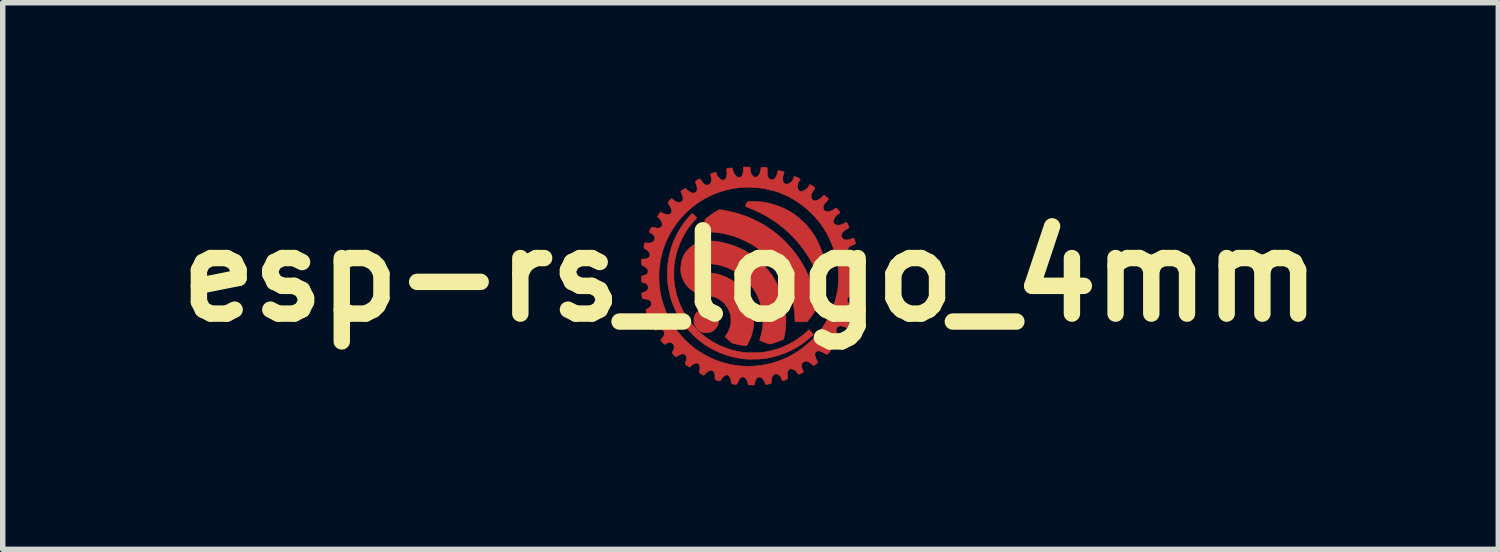
<source format=kicad_pcb>
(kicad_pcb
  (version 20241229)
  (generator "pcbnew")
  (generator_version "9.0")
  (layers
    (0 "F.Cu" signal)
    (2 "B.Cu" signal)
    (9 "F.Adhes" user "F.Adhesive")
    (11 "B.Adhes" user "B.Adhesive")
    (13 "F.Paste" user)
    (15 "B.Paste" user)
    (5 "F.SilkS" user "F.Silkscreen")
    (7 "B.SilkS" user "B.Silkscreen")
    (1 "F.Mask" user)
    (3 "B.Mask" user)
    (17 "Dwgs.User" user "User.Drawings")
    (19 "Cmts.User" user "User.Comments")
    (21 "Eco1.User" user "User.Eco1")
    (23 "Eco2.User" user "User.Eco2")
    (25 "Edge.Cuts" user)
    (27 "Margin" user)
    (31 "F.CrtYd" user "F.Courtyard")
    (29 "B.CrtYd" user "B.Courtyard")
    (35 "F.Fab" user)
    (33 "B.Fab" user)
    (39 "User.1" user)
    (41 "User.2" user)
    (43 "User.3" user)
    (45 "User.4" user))
  (footprint "esp-rs_logo_4mm"
    (layer "F.Cu")
    (at 10.675 1.996)
    (property "Reference" "esp-rs_logo_4mm" (at 0 0 0) (layer "F.SilkS") (effects (font (size 1.524 1.524) (thickness 0.3))))
    (attr through_hole)
    (fp_poly (pts (xy -0.794 0.587) (xy -0.771 0.589) (xy -0.75 0.592) (xy -0.735 0.596) (xy -0.699 0.612) (xy -0.666 0.633) (xy -0.638 0.66) (xy -0.615 0.691) (xy -0.597 0.726) (xy -0.59 0.743) (xy -0.586 0.756) (xy -0.584 0.768) (xy -0.582 0.78) (xy -0.581 0.795) (xy -0.581 0.813) (xy -0.581 0.832) (xy -0.582 0.846) (xy -0.583 0.857) (xy -0.586 0.868) (xy -0.59 0.88) (xy -0.591 0.882) (xy -0.602 0.91) (xy -0.615 0.934) (xy -0.631 0.956) (xy -0.643 0.969) (xy -0.668 0.993) (xy -0.695 1.011) (xy -0.725 1.026) (xy -0.728 1.027) (xy -0.739 1.031) (xy -0.748 1.034) (xy -0.758 1.036) (xy -0.769 1.037) (xy -0.785 1.038) (xy -0.803 1.038) (xy -0.827 1.039) (xy -0.846 1.038) (xy -0.86 1.037) (xy -0.869 1.035) (xy -0.905 1.021) (xy -0.938 1.001) (xy -0.968 0.977) (xy -0.993 0.947) (xy -1.013 0.914) (xy -1.027 0.882) (xy -1.03 0.872) (xy -1.032 0.862) (xy -1.034 0.851) (xy -1.034 0.837) (xy -1.034 0.819) (xy -1.034 0.809) (xy -1.034 0.789) (xy -1.034 0.775) (xy -1.033 0.763) (xy -1.031 0.754) (xy -1.028 0.745) (xy -1.026 0.737) (xy -1.008 0.701) (xy -0.985 0.668) (xy -0.958 0.64) (xy -0.926 0.617) (xy -0.89 0.599) (xy -0.877 0.594) (xy -0.862 0.59) (xy -0.841 0.588) (xy -0.818 0.587) (xy -0.794 0.587)) (stroke (width 0.01) (type solid)) (fill yes) (layer "F.Cu"))
    (fp_poly (pts (xy 0.056 -1.363) (xy 0.087 -1.362) (xy 0.119 -1.36) (xy 0.152 -1.358) (xy 0.184 -1.355) (xy 0.216 -1.351) (xy 0.227 -1.35) (xy 0.323 -1.333) (xy 0.416 -1.309) (xy 0.505 -1.28) (xy 0.591 -1.245) (xy 0.674 -1.204) (xy 0.754 -1.157) (xy 0.831 -1.104) (xy 0.904 -1.045) (xy 0.974 -0.98) (xy 0.979 -0.976) (xy 1.044 -0.906) (xy 1.103 -0.834) (xy 1.156 -0.758) (xy 1.203 -0.68) (xy 1.245 -0.597) (xy 1.274 -0.528) (xy 1.303 -0.45) (xy 1.326 -0.373) (xy 1.343 -0.296) (xy 1.356 -0.217) (xy 1.364 -0.135) (xy 1.365 -0.112) (xy 1.366 -0.091) (xy 1.367 -0.068) (xy 1.367 -0.044) (xy 1.367 -0.02) (xy 1.367 0.003) (xy 1.367 0.024) (xy 1.366 0.042) (xy 1.365 0.056) (xy 1.364 0.064) (xy 1.363 0.067) (xy 1.359 0.069) (xy 1.35 0.073) (xy 1.338 0.077) (xy 1.324 0.082) (xy 1.309 0.086) (xy 1.296 0.091) (xy 1.285 0.094) (xy 1.277 0.095) (xy 1.275 0.095) (xy 1.274 0.092) (xy 1.27 0.082) (xy 1.265 0.069) (xy 1.258 0.052) (xy 1.251 0.034) (xy 1.204 -0.08) (xy 1.151 -0.19) (xy 1.093 -0.296) (xy 1.03 -0.398) (xy 0.962 -0.495) (xy 0.955 -0.505) (xy 0.878 -0.602) (xy 0.796 -0.693) (xy 0.711 -0.78) (xy 0.622 -0.86) (xy 0.528 -0.936) (xy 0.431 -1.006) (xy 0.329 -1.071) (xy 0.222 -1.131) (xy 0.111 -1.186) (xy -0.004 -1.236) (xy -0.027 -1.245) (xy -0.046 -1.253) (xy -0.062 -1.259) (xy -0.075 -1.265) (xy -0.084 -1.269) (xy -0.087 -1.271) (xy -0.089 -1.274) (xy -0.089 -1.279) (xy -0.087 -1.288) (xy -0.083 -1.3) (xy -0.08 -1.311) (xy -0.074 -1.326) (xy -0.069 -1.339) (xy -0.064 -1.349) (xy -0.061 -1.353) (xy -0.054 -1.356) (xy -0.041 -1.359) (xy -0.022 -1.361) (xy 0.000326 -1.362) (xy 0.027 -1.363) (xy 0.056 -1.363)) (stroke (width 0.01) (type solid)) (fill yes) (layer "F.Cu"))
    (fp_poly (pts (xy -0.523 -1.206) (xy -0.406 -1.185) (xy -0.291 -1.158) (xy -0.178 -1.125) (xy -0.067 -1.086) (xy 0.041 -1.04) (xy 0.146 -0.989) (xy 0.248 -0.931) (xy 0.32 -0.885) (xy 0.413 -0.82) (xy 0.503 -0.749) (xy 0.588 -0.672) (xy 0.67 -0.591) (xy 0.747 -0.506) (xy 0.819 -0.416) (xy 0.886 -0.322) (xy 0.89 -0.316) (xy 0.938 -0.24) (xy 0.985 -0.158) (xy 1.028 -0.073) (xy 1.068 0.014) (xy 1.103 0.102) (xy 1.126 0.167) (xy 1.141 0.214) (xy 1.156 0.266) (xy 1.17 0.32) (xy 1.183 0.375) (xy 1.194 0.428) (xy 1.204 0.48) (xy 1.211 0.527) (xy 1.211 0.527) (xy 1.217 0.572) (xy 1.202 0.602) (xy 1.191 0.622) (xy 1.176 0.646) (xy 1.159 0.673) (xy 1.14 0.702) (xy 1.12 0.731) (xy 1.099 0.759) (xy 1.079 0.785) (xy 1.061 0.808) (xy 1.046 0.826) (xy 1.033 0.84) (xy 0.985 0.839) (xy 0.964 0.839) (xy 0.939 0.838) (xy 0.913 0.838) (xy 0.887 0.838) (xy 0.875 0.837) (xy 0.813 0.836) (xy 0.813 0.814) (xy 0.812 0.797) (xy 0.812 0.774) (xy 0.81 0.748) (xy 0.808 0.72) (xy 0.806 0.691) (xy 0.804 0.663) (xy 0.801 0.637) (xy 0.801 0.633) (xy 0.787 0.535) (xy 0.767 0.438) (xy 0.74 0.341) (xy 0.707 0.246) (xy 0.668 0.151) (xy 0.645 0.103) (xy 0.596 0.011) (xy 0.542 -0.078) (xy 0.482 -0.162) (xy 0.418 -0.242) (xy 0.349 -0.318) (xy 0.276 -0.388) (xy 0.198 -0.454) (xy 0.117 -0.515) (xy 0.031 -0.571) (xy -0.058 -0.621) (xy -0.15 -0.665) (xy -0.245 -0.704) (xy -0.343 -0.737) (xy -0.444 -0.764) (xy -0.532 -0.782) (xy -0.577 -0.789) (xy -0.624 -0.795) (xy -0.675 -0.8) (xy -0.715 -0.802) (xy -0.737 -0.804) (xy -0.759 -0.805) (xy -0.779 -0.806) (xy -0.796 -0.807) (xy -0.805 -0.808) (xy -0.832 -0.81) (xy -0.834 -0.907) (xy -0.834 -0.933) (xy -0.834 -0.957) (xy -0.834 -0.979) (xy -0.834 -0.997) (xy -0.834 -1.01) (xy -0.833 -1.018) (xy -0.833 -1.019) (xy -0.832 -1.025) (xy -0.83 -1.03) (xy -0.826 -1.035) (xy -0.82 -1.042) (xy -0.81 -1.05) (xy -0.796 -1.062) (xy -0.794 -1.064) (xy -0.768 -1.084) (xy -0.738 -1.107) (xy -0.706 -1.129) (xy -0.674 -1.151) (xy -0.643 -1.171) (xy -0.613 -1.189) (xy -0.588 -1.203) (xy -0.583 -1.205) (xy -0.569 -1.212) (xy -0.523 -1.206)) (stroke (width 0.01) (type solid)) (fill yes) (layer "F.Cu"))
    (fp_poly (pts (xy -1.062 -1.14) (xy -1.059 -1.138) (xy -1.053 -1.134) (xy -1.044 -1.126) (xy -1.033 -1.116) (xy -1.02 -1.103) (xy -1.016 -1.099) (xy -0.981 -1.063) (xy -1 -1.042) (xy -1.042 -0.995) (xy -1.08 -0.951) (xy -1.113 -0.908) (xy -1.144 -0.867) (xy -1.171 -0.826) (xy -1.197 -0.783) (xy -1.222 -0.739) (xy -1.247 -0.692) (xy -1.253 -0.679) (xy -1.295 -0.587) (xy -1.33 -0.494) (xy -1.358 -0.399) (xy -1.38 -0.304) (xy -1.394 -0.215) (xy -1.396 -0.196) (xy -1.398 -0.17) (xy -1.399 -0.141) (xy -1.4 -0.109) (xy -1.401 -0.075) (xy -1.401 -0.04) (xy -1.402 -0.007) (xy -1.401 0.024) (xy -1.401 0.052) (xy -1.399 0.075) (xy -1.399 0.082) (xy -1.387 0.179) (xy -1.369 0.274) (xy -1.345 0.367) (xy -1.314 0.459) (xy -1.278 0.548) (xy -1.236 0.634) (xy -1.188 0.717) (xy -1.135 0.797) (xy -1.077 0.873) (xy -1.014 0.946) (xy -0.946 1.014) (xy -0.874 1.078) (xy -0.797 1.137) (xy -0.716 1.19) (xy -0.703 1.198) (xy -0.617 1.246) (xy -0.528 1.288) (xy -0.436 1.324) (xy -0.342 1.354) (xy -0.245 1.378) (xy -0.145 1.395) (xy -0.129 1.398) (xy -0.109 1.4) (xy -0.083 1.401) (xy -0.053 1.403) (xy -0.02 1.404) (xy 0.015 1.404) (xy 0.051 1.404) (xy 0.087 1.404) (xy 0.121 1.403) (xy 0.153 1.402) (xy 0.181 1.401) (xy 0.204 1.399) (xy 0.214 1.398) (xy 0.303 1.384) (xy 0.387 1.366) (xy 0.467 1.344) (xy 0.544 1.318) (xy 0.62 1.287) (xy 0.691 1.254) (xy 0.766 1.214) (xy 0.838 1.17) (xy 0.907 1.122) (xy 0.975 1.068) (xy 1.037 1.013) (xy 1.049 1.002) (xy 1.059 0.994) (xy 1.066 0.988) (xy 1.07 0.986) (xy 1.07 0.986) (xy 1.073 0.988) (xy 1.08 0.994) (xy 1.09 1.004) (xy 1.102 1.016) (xy 1.112 1.026) (xy 1.153 1.067) (xy 1.14 1.081) (xy 1.122 1.098) (xy 1.101 1.117) (xy 1.075 1.139) (xy 1.048 1.162) (xy 1.019 1.186) (xy 0.99 1.208) (xy 0.962 1.229) (xy 0.936 1.248) (xy 0.933 1.25) (xy 0.85 1.304) (xy 0.762 1.352) (xy 0.672 1.395) (xy 0.578 1.432) (xy 0.482 1.463) (xy 0.385 1.488) (xy 0.332 1.499) (xy 0.3 1.505) (xy 0.272 1.509) (xy 0.246 1.513) (xy 0.221 1.516) (xy 0.196 1.518) (xy 0.169 1.52) (xy 0.14 1.521) (xy 0.106 1.522) (xy 0.067 1.522) (xy 0.063 1.522) (xy 0.034 1.522) (xy 0.007 1.523) (xy -0.018 1.523) (xy -0.04 1.522) (xy -0.057 1.522) (xy -0.069 1.522) (xy -0.075 1.522) (xy -0.175 1.51) (xy -0.271 1.493) (xy -0.364 1.471) (xy -0.454 1.444) (xy -0.542 1.411) (xy -0.63 1.373) (xy -0.662 1.357) (xy -0.732 1.319) (xy -0.797 1.281) (xy -0.86 1.239) (xy -0.921 1.193) (xy -0.961 1.161) (xy -0.98 1.144) (xy -1.003 1.123) (xy -1.028 1.099) (xy -1.055 1.073) (xy -1.081 1.046) (xy -1.107 1.019) (xy -1.131 0.994) (xy -1.152 0.971) (xy -1.168 0.952) (xy -1.231 0.869) (xy -1.288 0.784) (xy -1.339 0.696) (xy -1.383 0.605) (xy -1.422 0.511) (xy -1.455 0.414) (xy -1.481 0.314) (xy -1.501 0.211) (xy -1.511 0.147) (xy -1.514 0.121) (xy -1.516 0.09) (xy -1.518 0.055) (xy -1.519 0.017) (xy -1.52 -0.022) (xy -1.52 -0.06) (xy -1.52 -0.096) (xy -1.519 -0.129) (xy -1.518 -0.155) (xy -1.507 -0.257) (xy -1.489 -0.358) (xy -1.465 -0.457) (xy -1.435 -0.554) (xy -1.399 -0.649) (xy -1.356 -0.741) (xy -1.308 -0.831) (xy -1.254 -0.917) (xy -1.194 -1) (xy -1.14 -1.065) (xy -1.126 -1.081) (xy -1.112 -1.096) (xy -1.099 -1.111) (xy -1.089 -1.121) (xy -1.088 -1.122) (xy -1.077 -1.132) (xy -1.071 -1.138) (xy -1.066 -1.14) (xy -1.062 -1.14)) (stroke (width 0.01) (type solid)) (fill yes) (layer "F.Cu"))
    (fp_poly (pts (xy -0.749 -0.639) (xy -0.716 -0.638) (xy -0.685 -0.637) (xy -0.655 -0.635) (xy -0.628 -0.632) (xy -0.617 -0.63) (xy -0.521 -0.614) (xy -0.429 -0.592) (xy -0.341 -0.565) (xy -0.299 -0.551) (xy -0.208 -0.513) (xy -0.12 -0.47) (xy -0.035 -0.421) (xy 0.045 -0.367) (xy 0.122 -0.307) (xy 0.195 -0.243) (xy 0.263 -0.174) (xy 0.326 -0.1) (xy 0.385 -0.022) (xy 0.438 0.06) (xy 0.485 0.144) (xy 0.522 0.222) (xy 0.554 0.3) (xy 0.582 0.379) (xy 0.604 0.46) (xy 0.622 0.544) (xy 0.632 0.599) (xy 0.639 0.652) (xy 0.643 0.71) (xy 0.646 0.77) (xy 0.647 0.831) (xy 0.645 0.891) (xy 0.641 0.948) (xy 0.635 1.001) (xy 0.635 1.002) (xy 0.631 1.03) (xy 0.627 1.057) (xy 0.622 1.083) (xy 0.618 1.106) (xy 0.614 1.126) (xy 0.61 1.141) (xy 0.608 1.152) (xy 0.606 1.155) (xy 0.601 1.159) (xy 0.591 1.165) (xy 0.576 1.171) (xy 0.557 1.179) (xy 0.535 1.188) (xy 0.511 1.197) (xy 0.486 1.206) (xy 0.46 1.215) (xy 0.435 1.224) (xy 0.412 1.231) (xy 0.39 1.237) (xy 0.372 1.242) (xy 0.358 1.245) (xy 0.349 1.246) (xy 0.344 1.245) (xy 0.333 1.241) (xy 0.318 1.236) (xy 0.299 1.23) (xy 0.277 1.222) (xy 0.254 1.213) (xy 0.254 1.213) (xy 0.228 1.203) (xy 0.207 1.195) (xy 0.192 1.188) (xy 0.181 1.183) (xy 0.174 1.179) (xy 0.17 1.176) (xy 0.168 1.174) (xy 0.168 1.173) (xy 0.169 1.168) (xy 0.172 1.157) (xy 0.176 1.143) (xy 0.181 1.126) (xy 0.183 1.121) (xy 0.19 1.094) (xy 0.198 1.062) (xy 0.206 1.028) (xy 0.213 0.993) (xy 0.219 0.96) (xy 0.223 0.931) (xy 0.224 0.928) (xy 0.225 0.911) (xy 0.226 0.887) (xy 0.226 0.858) (xy 0.226 0.822) (xy 0.226 0.792) (xy 0.225 0.757) (xy 0.224 0.727) (xy 0.223 0.701) (xy 0.221 0.678) (xy 0.218 0.656) (xy 0.215 0.635) (xy 0.21 0.612) (xy 0.204 0.586) (xy 0.199 0.566) (xy 0.176 0.486) (xy 0.147 0.409) (xy 0.112 0.335) (xy 0.072 0.264) (xy 0.026 0.197) (xy -0.024 0.134) (xy -0.08 0.075) (xy -0.14 0.02) (xy -0.204 -0.03) (xy -0.271 -0.074) (xy -0.343 -0.114) (xy -0.418 -0.148) (xy -0.491 -0.174) (xy -0.529 -0.186) (xy -0.568 -0.196) (xy -0.606 -0.204) (xy -0.644 -0.211) (xy -0.68 -0.217) (xy -0.714 -0.221) (xy -0.745 -0.223) (xy -0.772 -0.223) (xy -0.794 -0.221) (xy -0.811 -0.216) (xy -0.813 -0.215) (xy -0.824 -0.21) (xy -0.832 -0.204) (xy -0.84 -0.195) (xy -0.846 -0.187) (xy -0.855 -0.168) (xy -0.859 -0.146) (xy -0.858 -0.123) (xy -0.857 -0.118) (xy -0.85 -0.102) (xy -0.838 -0.086) (xy -0.824 -0.073) (xy -0.808 -0.065) (xy -0.808 -0.065) (xy -0.8 -0.063) (xy -0.786 -0.061) (xy -0.769 -0.059) (xy -0.751 -0.056) (xy -0.743 -0.056) (xy -0.698 -0.051) (xy -0.658 -0.045) (xy -0.621 -0.038) (xy -0.586 -0.029) (xy -0.551 -0.019) (xy -0.529 -0.012) (xy -0.457 0.016) (xy -0.388 0.05) (xy -0.324 0.089) (xy -0.263 0.133) (xy -0.208 0.182) (xy -0.156 0.235) (xy -0.11 0.292) (xy -0.068 0.353) (xy -0.032 0.418) (xy -0.001 0.486) (xy 0.024 0.557) (xy 0.043 0.631) (xy 0.056 0.707) (xy 0.058 0.718) (xy 0.059 0.74) (xy 0.061 0.768) (xy 0.061 0.798) (xy 0.061 0.83) (xy 0.06 0.861) (xy 0.059 0.89) (xy 0.057 0.914) (xy 0.056 0.919) (xy 0.045 0.987) (xy 0.03 1.05) (xy 0.01 1.111) (xy -0.015 1.171) (xy -0.035 1.212) (xy -0.046 1.234) (xy -0.054 1.25) (xy -0.061 1.261) (xy -0.066 1.269) (xy -0.071 1.273) (xy -0.076 1.276) (xy -0.081 1.276) (xy -0.086 1.276) (xy -0.098 1.276) (xy -0.109 1.275) (xy -0.11 1.274) (xy -0.139 1.27) (xy -0.171 1.265) (xy -0.206 1.258) (xy -0.24 1.251) (xy -0.27 1.244) (xy -0.279 1.242) (xy -0.335 1.228) (xy -0.399 1.173) (xy -0.416 1.157) (xy -0.432 1.143) (xy -0.445 1.131) (xy -0.455 1.122) (xy -0.462 1.116) (xy -0.463 1.114) (xy -0.462 1.11) (xy -0.458 1.102) (xy -0.451 1.09) (xy -0.442 1.076) (xy -0.439 1.073) (xy -0.418 1.039) (xy -0.4 1.007) (xy -0.387 0.975) (xy -0.375 0.942) (xy -0.367 0.911) (xy -0.363 0.897) (xy -0.361 0.885) (xy -0.359 0.873) (xy -0.358 0.859) (xy -0.358 0.842) (xy -0.358 0.82) (xy -0.357 0.814) (xy -0.358 0.784) (xy -0.359 0.758) (xy -0.362 0.736) (xy -0.366 0.715) (xy -0.372 0.693) (xy -0.38 0.669) (xy -0.38 0.668) (xy -0.401 0.617) (xy -0.428 0.569) (xy -0.46 0.525) (xy -0.497 0.485) (xy -0.539 0.45) (xy -0.584 0.42) (xy -0.633 0.396) (xy -0.667 0.383) (xy -0.692 0.376) (xy -0.718 0.369) (xy -0.747 0.365) (xy -0.781 0.361) (xy -0.799 0.359) (xy -0.842 0.354) (xy -0.881 0.348) (xy -0.916 0.34) (xy -0.949 0.329) (xy -0.983 0.315) (xy -0.989 0.312) (xy -1.041 0.285) (xy -1.088 0.252) (xy -1.13 0.215) (xy -1.168 0.173) (xy -1.201 0.127) (xy -1.229 0.077) (xy -1.251 0.023) (xy -1.268 -0.034) (xy -1.269 -0.038) (xy -1.272 -0.058) (xy -1.274 -0.083) (xy -1.275 -0.112) (xy -1.274 -0.143) (xy -1.272 -0.175) (xy -1.269 -0.206) (xy -1.267 -0.219) (xy -1.26 -0.259) (xy -1.253 -0.293) (xy -1.243 -0.324) (xy -1.232 -0.352) (xy -1.219 -0.38) (xy -1.202 -0.408) (xy -1.191 -0.425) (xy -1.175 -0.447) (xy -1.154 -0.471) (xy -1.131 -0.495) (xy -1.106 -0.518) (xy -1.082 -0.538) (xy -1.064 -0.552) (xy -1.019 -0.579) (xy -0.97 -0.602) (xy -0.919 -0.621) (xy -0.877 -0.632) (xy -0.86 -0.635) (xy -0.837 -0.637) (xy -0.81 -0.638) (xy -0.78 -0.639) (xy -0.749 -0.639)) (stroke (width 0.01) (type solid)) (fill yes) (layer "F.Cu"))
    (fp_poly (pts (xy -0.007 -1.965) (xy -0.004 -1.931) (xy 0.003 -1.898) (xy 0.014 -1.869) (xy 0.03 -1.844) (xy 0.038 -1.834) (xy 0.056 -1.818) (xy 0.074 -1.808) (xy 0.093 -1.805) (xy 0.112 -1.809) (xy 0.119 -1.812) (xy 0.132 -1.822) (xy 0.146 -1.838) (xy 0.159 -1.857) (xy 0.17 -1.88) (xy 0.179 -1.904) (xy 0.186 -1.928) (xy 0.189 -1.951) (xy 0.19 -1.958) (xy 0.191 -1.972) (xy 0.196 -1.982) (xy 0.205 -1.987) (xy 0.219 -1.989) (xy 0.224 -1.989) (xy 0.238 -1.988) (xy 0.255 -1.986) (xy 0.272 -1.983) (xy 0.274 -1.983) (xy 0.287 -1.981) (xy 0.298 -1.979) (xy 0.304 -1.978) (xy 0.305 -1.978) (xy 0.305 -1.975) (xy 0.306 -1.966) (xy 0.306 -1.952) (xy 0.306 -1.934) (xy 0.307 -1.914) (xy 0.307 -1.909) (xy 0.307 -1.886) (xy 0.307 -1.868) (xy 0.307 -1.854) (xy 0.308 -1.844) (xy 0.31 -1.836) (xy 0.311 -1.829) (xy 0.314 -1.822) (xy 0.314 -1.822) (xy 0.326 -1.798) (xy 0.341 -1.779) (xy 0.358 -1.766) (xy 0.376 -1.758) (xy 0.395 -1.757) (xy 0.414 -1.762) (xy 0.419 -1.764) (xy 0.439 -1.778) (xy 0.456 -1.798) (xy 0.472 -1.824) (xy 0.485 -1.857) (xy 0.493 -1.882) (xy 0.498 -1.901) (xy 0.502 -1.914) (xy 0.506 -1.922) (xy 0.511 -1.926) (xy 0.519 -1.926) (xy 0.529 -1.925) (xy 0.541 -1.923) (xy 0.558 -1.919) (xy 0.575 -1.914) (xy 0.59 -1.91) (xy 0.593 -1.909) (xy 0.604 -1.905) (xy 0.611 -1.902) (xy 0.614 -1.898) (xy 0.614 -1.893) (xy 0.614 -1.89) (xy 0.613 -1.88) (xy 0.609 -1.868) (xy 0.605 -1.857) (xy 0.595 -1.825) (xy 0.59 -1.792) (xy 0.59 -1.759) (xy 0.594 -1.736) (xy 0.601 -1.716) (xy 0.609 -1.702) (xy 0.62 -1.691) (xy 0.627 -1.687) (xy 0.646 -1.68) (xy 0.667 -1.679) (xy 0.69 -1.684) (xy 0.705 -1.691) (xy 0.733 -1.707) (xy 0.755 -1.726) (xy 0.773 -1.75) (xy 0.786 -1.778) (xy 0.791 -1.791) (xy 0.796 -1.804) (xy 0.8 -1.814) (xy 0.803 -1.82) (xy 0.804 -1.821) (xy 0.809 -1.82) (xy 0.818 -1.817) (xy 0.83 -1.812) (xy 0.845 -1.806) (xy 0.86 -1.799) (xy 0.875 -1.793) (xy 0.887 -1.786) (xy 0.897 -1.781) (xy 0.899 -1.78) (xy 0.906 -1.773) (xy 0.907 -1.763) (xy 0.902 -1.751) (xy 0.894 -1.739) (xy 0.877 -1.712) (xy 0.866 -1.683) (xy 0.861 -1.652) (xy 0.861 -1.621) (xy 0.865 -1.602) (xy 0.874 -1.58) (xy 0.886 -1.562) (xy 0.902 -1.551) (xy 0.903 -1.55) (xy 0.912 -1.546) (xy 0.92 -1.545) (xy 0.929 -1.545) (xy 0.937 -1.547) (xy 0.959 -1.553) (xy 0.981 -1.564) (xy 1.003 -1.577) (xy 1.025 -1.593) (xy 1.044 -1.61) (xy 1.059 -1.627) (xy 1.07 -1.644) (xy 1.074 -1.655) (xy 1.078 -1.664) (xy 1.082 -1.669) (xy 1.089 -1.669) (xy 1.1 -1.665) (xy 1.108 -1.661) (xy 1.121 -1.654) (xy 1.136 -1.644) (xy 1.151 -1.632) (xy 1.164 -1.621) (xy 1.173 -1.612) (xy 1.176 -1.609) (xy 1.177 -1.606) (xy 1.176 -1.602) (xy 1.173 -1.596) (xy 1.167 -1.586) (xy 1.157 -1.572) (xy 1.155 -1.569) (xy 1.14 -1.544) (xy 1.128 -1.523) (xy 1.12 -1.505) (xy 1.114 -1.487) (xy 1.111 -1.475) (xy 1.109 -1.451) (xy 1.112 -1.429) (xy 1.119 -1.409) (xy 1.132 -1.394) (xy 1.147 -1.383) (xy 1.167 -1.376) (xy 1.189 -1.376) (xy 1.189 -1.376) (xy 1.212 -1.381) (xy 1.235 -1.39) (xy 1.26 -1.404) (xy 1.286 -1.424) (xy 1.313 -1.448) (xy 1.325 -1.459) (xy 1.335 -1.468) (xy 1.342 -1.474) (xy 1.346 -1.477) (xy 1.346 -1.477) (xy 1.35 -1.475) (xy 1.357 -1.469) (xy 1.368 -1.461) (xy 1.38 -1.451) (xy 1.392 -1.441) (xy 1.403 -1.431) (xy 1.413 -1.423) (xy 1.419 -1.417) (xy 1.421 -1.415) (xy 1.425 -1.408) (xy 1.426 -1.403) (xy 1.424 -1.399) (xy 1.417 -1.391) (xy 1.408 -1.381) (xy 1.397 -1.368) (xy 1.391 -1.362) (xy 1.367 -1.335) (xy 1.35 -1.31) (xy 1.338 -1.288) (xy 1.331 -1.266) (xy 1.33 -1.245) (xy 1.332 -1.231) (xy 1.338 -1.215) (xy 1.35 -1.199) (xy 1.365 -1.187) (xy 1.381 -1.179) (xy 1.382 -1.179) (xy 1.406 -1.175) (xy 1.433 -1.177) (xy 1.461 -1.184) (xy 1.49 -1.196) (xy 1.518 -1.213) (xy 1.53 -1.221) (xy 1.542 -1.229) (xy 1.551 -1.235) (xy 1.551 -1.235) (xy 1.559 -1.24) (xy 1.566 -1.243) (xy 1.567 -1.243) (xy 1.571 -1.24) (xy 1.578 -1.234) (xy 1.587 -1.224) (xy 1.597 -1.212) (xy 1.608 -1.199) (xy 1.617 -1.187) (xy 1.625 -1.176) (xy 1.631 -1.168) (xy 1.632 -1.166) (xy 1.634 -1.158) (xy 1.634 -1.152) (xy 1.629 -1.146) (xy 1.619 -1.14) (xy 1.609 -1.135) (xy 1.59 -1.123) (xy 1.572 -1.107) (xy 1.556 -1.088) (xy 1.541 -1.066) (xy 1.529 -1.044) (xy 1.521 -1.023) (xy 1.516 -1.002) (xy 1.516 -0.985) (xy 1.517 -0.979) (xy 1.525 -0.963) (xy 1.538 -0.948) (xy 1.554 -0.937) (xy 1.565 -0.933) (xy 1.595 -0.928) (xy 1.626 -0.929) (xy 1.659 -0.936) (xy 1.691 -0.949) (xy 1.72 -0.965) (xy 1.733 -0.973) (xy 1.744 -0.98) (xy 1.751 -0.984) (xy 1.754 -0.986) (xy 1.756 -0.983) (xy 1.761 -0.975) (xy 1.767 -0.964) (xy 1.774 -0.95) (xy 1.782 -0.935) (xy 1.789 -0.92) (xy 1.795 -0.907) (xy 1.8 -0.896) (xy 1.803 -0.889) (xy 1.803 -0.888) (xy 1.803 -0.885) (xy 1.802 -0.882) (xy 1.797 -0.878) (xy 1.789 -0.873) (xy 1.776 -0.865) (xy 1.766 -0.86) (xy 1.733 -0.84) (xy 1.707 -0.821) (xy 1.687 -0.8) (xy 1.674 -0.78) (xy 1.672 -0.777) (xy 1.665 -0.754) (xy 1.663 -0.732) (xy 1.667 -0.711) (xy 1.678 -0.692) (xy 1.688 -0.682) (xy 1.7 -0.672) (xy 1.713 -0.665) (xy 1.726 -0.661) (xy 1.744 -0.659) (xy 1.759 -0.659) (xy 1.776 -0.659) (xy 1.788 -0.66) (xy 1.799 -0.662) (xy 1.811 -0.666) (xy 1.825 -0.672) (xy 1.846 -0.68) (xy 1.861 -0.685) (xy 1.872 -0.689) (xy 1.879 -0.69) (xy 1.884 -0.69) (xy 1.887 -0.688) (xy 1.888 -0.687) (xy 1.891 -0.681) (xy 1.896 -0.671) (xy 1.902 -0.657) (xy 1.908 -0.642) (xy 1.913 -0.626) (xy 1.917 -0.613) (xy 1.92 -0.603) (xy 1.92 -0.599) (xy 1.919 -0.592) (xy 1.916 -0.587) (xy 1.91 -0.582) (xy 1.899 -0.576) (xy 1.882 -0.57) (xy 1.878 -0.569) (xy 1.845 -0.556) (xy 1.818 -0.54) (xy 1.797 -0.52) (xy 1.78 -0.497) (xy 1.773 -0.484) (xy 1.766 -0.463) (xy 1.765 -0.444) (xy 1.77 -0.427) (xy 1.782 -0.41) (xy 1.782 -0.41) (xy 1.8 -0.397) (xy 1.822 -0.386) (xy 1.847 -0.378) (xy 1.849 -0.377) (xy 1.868 -0.374) (xy 1.886 -0.373) (xy 1.905 -0.374) (xy 1.927 -0.376) (xy 1.939 -0.378) (xy 1.954 -0.38) (xy 1.967 -0.382) (xy 1.976 -0.382) (xy 1.979 -0.382) (xy 1.982 -0.377) (xy 1.986 -0.368) (xy 1.99 -0.354) (xy 1.992 -0.338) (xy 1.994 -0.322) (xy 1.995 -0.31) (xy 1.994 -0.295) (xy 1.99 -0.284) (xy 1.982 -0.277) (xy 1.968 -0.272) (xy 1.961 -0.271) (xy 1.926 -0.262) (xy 1.897 -0.252) (xy 1.873 -0.239) (xy 1.853 -0.223) (xy 1.851 -0.221) (xy 1.835 -0.201) (xy 1.825 -0.181) (xy 1.822 -0.16) (xy 1.825 -0.14) (xy 1.833 -0.121) (xy 1.848 -0.104) (xy 1.868 -0.089) (xy 1.887 -0.081) (xy 1.897 -0.077) (xy 1.908 -0.075) (xy 1.923 -0.073) (xy 1.942 -0.072) (xy 1.95 -0.072) (xy 1.995 -0.07) (xy 1.995 -0.01) (xy 1.995 0.012) (xy 1.994 0.029) (xy 1.994 0.04) (xy 1.993 0.047) (xy 1.992 0.05) (xy 1.99 0.051) (xy 1.979 0.051) (xy 1.964 0.053) (xy 1.946 0.055) (xy 1.928 0.057) (xy 1.911 0.06) (xy 1.898 0.062) (xy 1.895 0.063) (xy 1.868 0.072) (xy 1.846 0.085) (xy 1.829 0.099) (xy 1.818 0.116) (xy 1.813 0.133) (xy 1.813 0.152) (xy 1.82 0.171) (xy 1.833 0.19) (xy 1.84 0.197) (xy 1.854 0.209) (xy 1.872 0.219) (xy 1.894 0.228) (xy 1.921 0.237) (xy 1.953 0.244) (xy 1.969 0.247) (xy 1.979 0.25) (xy 1.986 0.253) (xy 1.991 0.257) (xy 1.993 0.265) (xy 1.994 0.276) (xy 1.992 0.292) (xy 1.99 0.313) (xy 1.984 0.358) (xy 1.917 0.36) (xy 1.893 0.36) (xy 1.875 0.361) (xy 1.861 0.362) (xy 1.85 0.363) (xy 1.841 0.365) (xy 1.833 0.367) (xy 1.829 0.369) (xy 1.806 0.379) (xy 1.788 0.391) (xy 1.777 0.406) (xy 1.771 0.424) (xy 1.77 0.439) (xy 1.771 0.452) (xy 1.774 0.464) (xy 1.781 0.476) (xy 1.791 0.488) (xy 1.806 0.503) (xy 1.808 0.505) (xy 1.824 0.518) (xy 1.843 0.53) (xy 1.861 0.54) (xy 1.877 0.546) (xy 1.89 0.549) (xy 1.904 0.551) (xy 1.912 0.556) (xy 1.917 0.56) (xy 1.919 0.565) (xy 1.92 0.571) (xy 1.92 0.581) (xy 1.919 0.587) (xy 1.917 0.605) (xy 1.913 0.622) (xy 1.908 0.637) (xy 1.903 0.649) (xy 1.898 0.656) (xy 1.898 0.656) (xy 1.891 0.659) (xy 1.887 0.659) (xy 1.876 0.656) (xy 1.86 0.653) (xy 1.842 0.651) (xy 1.825 0.649) (xy 1.809 0.647) (xy 1.8 0.647) (xy 1.782 0.648) (xy 1.762 0.651) (xy 1.743 0.655) (xy 1.727 0.661) (xy 1.723 0.662) (xy 1.71 0.671) (xy 1.697 0.682) (xy 1.687 0.694) (xy 1.685 0.698) (xy 1.681 0.712) (xy 1.68 0.728) (xy 1.683 0.745) (xy 1.687 0.754) (xy 1.697 0.77) (xy 1.711 0.787) (xy 1.729 0.803) (xy 1.753 0.821) (xy 1.76 0.825) (xy 1.774 0.835) (xy 1.787 0.844) (xy 1.796 0.851) (xy 1.802 0.857) (xy 1.802 0.857) (xy 1.804 0.866) (xy 1.803 0.877) (xy 1.799 0.892) (xy 1.79 0.912) (xy 1.788 0.916) (xy 1.78 0.932) (xy 1.774 0.941) (xy 1.767 0.946) (xy 1.758 0.947) (xy 1.746 0.943) (xy 1.729 0.936) (xy 1.728 0.935) (xy 1.697 0.923) (xy 1.669 0.916) (xy 1.645 0.914) (xy 1.622 0.918) (xy 1.61 0.922) (xy 1.591 0.935) (xy 1.577 0.951) (xy 1.568 0.97) (xy 1.565 0.991) (xy 1.568 1.014) (xy 1.577 1.037) (xy 1.586 1.053) (xy 1.597 1.068) (xy 1.611 1.083) (xy 1.629 1.1) (xy 1.635 1.106) (xy 1.647 1.116) (xy 1.656 1.124) (xy 1.661 1.13) (xy 1.663 1.132) (xy 1.661 1.136) (xy 1.656 1.144) (xy 1.648 1.156) (xy 1.639 1.168) (xy 1.629 1.181) (xy 1.62 1.193) (xy 1.612 1.203) (xy 1.606 1.21) (xy 1.604 1.211) (xy 1.596 1.217) (xy 1.59 1.218) (xy 1.585 1.215) (xy 1.581 1.21) (xy 1.563 1.191) (xy 1.544 1.177) (xy 1.524 1.169) (xy 1.501 1.164) (xy 1.48 1.163) (xy 1.464 1.164) (xy 1.452 1.165) (xy 1.443 1.167) (xy 1.433 1.171) (xy 1.425 1.174) (xy 1.405 1.186) (xy 1.392 1.2) (xy 1.384 1.215) (xy 1.383 1.233) (xy 1.388 1.253) (xy 1.398 1.275) (xy 1.411 1.298) (xy 1.426 1.321) (xy 1.441 1.339) (xy 1.445 1.344) (xy 1.454 1.354) (xy 1.459 1.36) (xy 1.461 1.365) (xy 1.46 1.369) (xy 1.459 1.373) (xy 1.454 1.381) (xy 1.446 1.391) (xy 1.436 1.403) (xy 1.424 1.414) (xy 1.413 1.424) (xy 1.403 1.432) (xy 1.396 1.436) (xy 1.395 1.436) (xy 1.388 1.434) (xy 1.378 1.429) (xy 1.366 1.422) (xy 1.36 1.418) (xy 1.329 1.4) (xy 1.3 1.387) (xy 1.272 1.377) (xy 1.248 1.372) (xy 1.238 1.372) (xy 1.22 1.374) (xy 1.204 1.382) (xy 1.191 1.394) (xy 1.186 1.4) (xy 1.18 1.417) (xy 1.178 1.436) (xy 1.181 1.459) (xy 1.188 1.486) (xy 1.2 1.517) (xy 1.21 1.538) (xy 1.231 1.582) (xy 1.211 1.599) (xy 1.193 1.615) (xy 1.178 1.626) (xy 1.166 1.633) (xy 1.156 1.635) (xy 1.146 1.634) (xy 1.14 1.632) (xy 1.134 1.628) (xy 1.125 1.62) (xy 1.115 1.611) (xy 1.111 1.607) (xy 1.09 1.589) (xy 1.07 1.576) (xy 1.05 1.567) (xy 1.037 1.563) (xy 1.014 1.56) (xy 0.992 1.563) (xy 0.973 1.571) (xy 0.957 1.585) (xy 0.944 1.602) (xy 0.937 1.624) (xy 0.935 1.644) (xy 0.936 1.663) (xy 0.94 1.681) (xy 0.947 1.702) (xy 0.953 1.714) (xy 0.96 1.73) (xy 0.964 1.74) (xy 0.967 1.747) (xy 0.967 1.752) (xy 0.967 1.755) (xy 0.966 1.756) (xy 0.962 1.761) (xy 0.952 1.767) (xy 0.937 1.775) (xy 0.918 1.783) (xy 0.902 1.79) (xy 0.877 1.8) (xy 0.866 1.787) (xy 0.857 1.775) (xy 0.848 1.763) (xy 0.846 1.76) (xy 0.839 1.75) (xy 0.834 1.741) (xy 0.832 1.739) (xy 0.825 1.733) (xy 0.814 1.725) (xy 0.8 1.718) (xy 0.784 1.71) (xy 0.768 1.704) (xy 0.76 1.702) (xy 0.741 1.698) (xy 0.725 1.7) (xy 0.711 1.707) (xy 0.698 1.719) (xy 0.685 1.739) (xy 0.677 1.763) (xy 0.674 1.791) (xy 0.677 1.823) (xy 0.679 1.838) (xy 0.681 1.851) (xy 0.683 1.862) (xy 0.682 1.869) (xy 0.682 1.87) (xy 0.678 1.876) (xy 0.668 1.884) (xy 0.655 1.893) (xy 0.64 1.902) (xy 0.624 1.909) (xy 0.61 1.914) (xy 0.598 1.917) (xy 0.596 1.917) (xy 0.591 1.917) (xy 0.587 1.915) (xy 0.583 1.912) (xy 0.579 1.905) (xy 0.574 1.894) (xy 0.569 1.882) (xy 0.562 1.866) (xy 0.553 1.85) (xy 0.545 1.837) (xy 0.54 1.831) (xy 0.522 1.812) (xy 0.502 1.799) (xy 0.482 1.793) (xy 0.461 1.792) (xy 0.442 1.799) (xy 0.423 1.811) (xy 0.415 1.819) (xy 0.404 1.833) (xy 0.395 1.849) (xy 0.389 1.867) (xy 0.385 1.889) (xy 0.383 1.916) (xy 0.383 1.916) (xy 0.381 1.935) (xy 0.38 1.948) (xy 0.378 1.957) (xy 0.376 1.962) (xy 0.374 1.965) (xy 0.367 1.969) (xy 0.354 1.973) (xy 0.339 1.976) (xy 0.321 1.98) (xy 0.303 1.982) (xy 0.294 1.982) (xy 0.28 1.982) (xy 0.272 1.979) (xy 0.268 1.973) (xy 0.268 1.966) (xy 0.265 1.956) (xy 0.26 1.942) (xy 0.251 1.926) (xy 0.24 1.909) (xy 0.229 1.893) (xy 0.217 1.878) (xy 0.206 1.866) (xy 0.199 1.86) (xy 0.181 1.852) (xy 0.162 1.85) (xy 0.143 1.854) (xy 0.126 1.865) (xy 0.115 1.875) (xy 0.103 1.89) (xy 0.093 1.908) (xy 0.085 1.929) (xy 0.078 1.955) (xy 0.073 1.982) (xy 0.071 1.995) (xy 0.017 1.995) (xy -0.003 1.995) (xy -0.018 1.994) (xy -0.028 1.994) (xy -0.034 1.993) (xy -0.037 1.991) (xy -0.038 1.989) (xy -0.039 1.989) (xy -0.047 1.961) (xy -0.054 1.938) (xy -0.061 1.92) (xy -0.067 1.906) (xy -0.073 1.893) (xy -0.08 1.883) (xy -0.087 1.874) (xy -0.103 1.859) (xy -0.121 1.849) (xy -0.14 1.846) (xy -0.159 1.849) (xy -0.177 1.858) (xy -0.193 1.873) (xy -0.201 1.883) (xy -0.206 1.892) (xy -0.213 1.906) (xy -0.221 1.922) (xy -0.226 1.934) (xy -0.235 1.954) (xy -0.243 1.968) (xy -0.251 1.978) (xy -0.259 1.983) (xy -0.268 1.985) (xy -0.269 1.985) (xy -0.276 1.984) (xy -0.287 1.983) (xy -0.3 1.981) (xy -0.314 1.979) (xy -0.327 1.977) (xy -0.337 1.975) (xy -0.343 1.974) (xy -0.344 1.974) (xy -0.345 1.97) (xy -0.347 1.961) (xy -0.35 1.948) (xy -0.353 1.933) (xy -0.353 1.93) (xy -0.357 1.912) (xy -0.362 1.895) (xy -0.366 1.88) (xy -0.369 1.87) (xy -0.381 1.846) (xy -0.394 1.827) (xy -0.409 1.815) (xy -0.425 1.809) (xy -0.433 1.808) (xy -0.446 1.811) (xy -0.461 1.819) (xy -0.478 1.83) (xy -0.495 1.844) (xy -0.512 1.86) (xy -0.526 1.878) (xy -0.537 1.895) (xy -0.54 1.9) (xy -0.55 1.922) (xy -0.564 1.921) (xy -0.574 1.919) (xy -0.588 1.916) (xy -0.603 1.911) (xy -0.617 1.906) (xy -0.63 1.901) (xy -0.64 1.897) (xy -0.644 1.894) (xy -0.646 1.888) (xy -0.648 1.875) (xy -0.65 1.856) (xy -0.65 1.839) (xy -0.651 1.819) (xy -0.653 1.803) (xy -0.654 1.792) (xy -0.656 1.782) (xy -0.659 1.774) (xy -0.66 1.773) (xy -0.672 1.752) (xy -0.687 1.738) (xy -0.705 1.729) (xy -0.724 1.727) (xy -0.746 1.731) (xy -0.762 1.738) (xy -0.774 1.745) (xy -0.786 1.754) (xy -0.8 1.766) (xy -0.817 1.782) (xy -0.819 1.784) (xy -0.853 1.819) (xy -0.888 1.801) (xy -0.902 1.793) (xy -0.915 1.785) (xy -0.925 1.778) (xy -0.929 1.774) (xy -0.932 1.77) (xy -0.933 1.766) (xy -0.933 1.76) (xy -0.932 1.751) (xy -0.93 1.737) (xy -0.929 1.732) (xy -0.925 1.697) (xy -0.926 1.667) (xy -0.93 1.641) (xy -0.937 1.625) (xy -0.949 1.608) (xy -0.964 1.598) (xy -0.981 1.593) (xy -1.001 1.595) (xy -1.023 1.603) (xy -1.048 1.617) (xy -1.076 1.637) (xy -1.081 1.642) (xy -1.113 1.669) (xy -1.145 1.649) (xy -1.165 1.637) (xy -1.179 1.626) (xy -1.188 1.617) (xy -1.192 1.607) (xy -1.193 1.596) (xy -1.19 1.582) (xy -1.184 1.565) (xy -1.182 1.561) (xy -1.173 1.532) (xy -1.169 1.505) (xy -1.171 1.482) (xy -1.177 1.462) (xy -1.189 1.445) (xy -1.199 1.437) (xy -1.218 1.428) (xy -1.24 1.426) (xy -1.264 1.429) (xy -1.291 1.439) (xy -1.319 1.455) (xy -1.321 1.456) (xy -1.337 1.466) (xy -1.349 1.472) (xy -1.358 1.475) (xy -1.366 1.475) (xy -1.374 1.471) (xy -1.378 1.468) (xy -1.387 1.461) (xy -1.398 1.451) (xy -1.409 1.439) (xy -1.419 1.427) (xy -1.427 1.417) (xy -1.431 1.41) (xy -1.431 1.403) (xy -1.428 1.394) (xy -1.421 1.381) (xy -1.419 1.377) (xy -1.409 1.356) (xy -1.401 1.335) (xy -1.397 1.315) (xy -1.395 1.302) (xy -1.397 1.286) (xy -1.403 1.268) (xy -1.411 1.252) (xy -1.416 1.244) (xy -1.434 1.229) (xy -1.454 1.22) (xy -1.476 1.217) (xy -1.5 1.22) (xy -1.525 1.229) (xy -1.546 1.241) (xy -1.557 1.248) (xy -1.565 1.251) (xy -1.573 1.249) (xy -1.582 1.243) (xy -1.593 1.233) (xy -1.597 1.229) (xy -1.61 1.215) (xy -1.622 1.202) (xy -1.632 1.19) (xy -1.639 1.181) (xy -1.642 1.176) (xy -1.643 1.175) (xy -1.641 1.172) (xy -1.635 1.164) (xy -1.628 1.154) (xy -1.625 1.151) (xy -1.606 1.126) (xy -1.592 1.105) (xy -1.582 1.086) (xy -1.577 1.069) (xy -1.574 1.052) (xy -1.574 1.048) (xy -1.576 1.029) (xy -1.584 1.013) (xy -1.594 1.002) (xy -1.606 0.993) (xy -1.619 0.987) (xy -1.635 0.983) (xy -1.654 0.982) (xy -1.679 0.984) (xy -1.702 0.987) (xy -1.719 0.99) (xy -1.73 0.991) (xy -1.738 0.992) (xy -1.744 0.991) (xy -1.748 0.988) (xy -1.753 0.984) (xy -1.756 0.982) (xy -1.762 0.975) (xy -1.77 0.965) (xy -1.778 0.953) (xy -1.787 0.94) (xy -1.794 0.928) (xy -1.799 0.918) (xy -1.802 0.912) (xy -1.802 0.912) (xy -1.799 0.908) (xy -1.793 0.901) (xy -1.784 0.892) (xy -1.776 0.885) (xy -1.751 0.86) (xy -1.732 0.836) (xy -1.719 0.813) (xy -1.712 0.792) (xy -1.711 0.773) (xy -1.717 0.755) (xy -1.728 0.74) (xy -1.746 0.727) (xy -1.75 0.725) (xy -1.756 0.722) (xy -1.762 0.719) (xy -1.769 0.718) (xy -1.778 0.717) (xy -1.79 0.717) (xy -1.807 0.716) (xy -1.825 0.716) (xy -1.883 0.716) (xy -1.897 0.681) (xy -1.905 0.658) (xy -1.91 0.64) (xy -1.911 0.626) (xy -1.908 0.617) (xy -1.907 0.615) (xy -1.901 0.61) (xy -1.892 0.604) (xy -1.88 0.598) (xy -1.88 0.598) (xy -1.855 0.583) (xy -1.836 0.567) (xy -1.822 0.548) (xy -1.821 0.545) (xy -1.813 0.525) (xy -1.811 0.504) (xy -1.816 0.484) (xy -1.826 0.465) (xy -1.841 0.449) (xy -1.861 0.437) (xy -1.869 0.433) (xy -1.882 0.43) (xy -1.899 0.426) (xy -1.917 0.423) (xy -1.923 0.423) (xy -1.939 0.421) (xy -1.952 0.419) (xy -1.962 0.417) (xy -1.965 0.416) (xy -1.971 0.411) (xy -1.976 0.404) (xy -1.98 0.392) (xy -1.984 0.376) (xy -1.986 0.362) (xy -1.989 0.343) (xy -1.991 0.329) (xy -1.991 0.32) (xy -1.989 0.314) (xy -1.985 0.311) (xy -1.978 0.308) (xy -1.968 0.305) (xy -1.967 0.305) (xy -1.936 0.293) (xy -1.911 0.279) (xy -1.891 0.262) (xy -1.878 0.244) (xy -1.871 0.223) (xy -1.87 0.208) (xy -1.873 0.186) (xy -1.882 0.167) (xy -1.897 0.15) (xy -1.916 0.137) (xy -1.941 0.128) (xy -1.959 0.124) (xy -1.974 0.122) (xy -1.983 0.119) (xy -1.988 0.115) (xy -1.988 0.115) (xy -1.989 0.109) (xy -1.99 0.098) (xy -1.991 0.083) (xy -1.991 0.064) (xy -1.991 0.055) (xy -1.99 0.002) (xy -1.97 -0.002) (xy -1.674 -0.002) (xy -1.674 0.032) (xy -1.673 0.066) (xy -1.672 0.097) (xy -1.671 0.124) (xy -1.67 0.144) (xy -1.658 0.25) (xy -1.639 0.354) (xy -1.614 0.456) (xy -1.583 0.555) (xy -1.546 0.652) (xy -1.503 0.746) (xy -1.453 0.837) (xy -1.398 0.925) (xy -1.338 1.009) (xy -1.271 1.091) (xy -1.199 1.168) (xy -1.122 1.241) (xy -1.08 1.277) (xy -1.008 1.334) (xy -0.93 1.387) (xy -0.849 1.437) (xy -0.764 1.482) (xy -0.677 1.522) (xy -0.589 1.557) (xy -0.543 1.573) (xy -0.449 1.6) (xy -0.352 1.622) (xy -0.253 1.638) (xy -0.153 1.648) (xy -0.055 1.653) (xy 0.043 1.651) (xy 0.068 1.649) (xy 0.174 1.638) (xy 0.278 1.621) (xy 0.381 1.598) (xy 0.481 1.568) (xy 0.578 1.532) (xy 0.674 1.49) (xy 0.766 1.441) (xy 0.855 1.387) (xy 0.942 1.327) (xy 0.947 1.323) (xy 0.995 1.285) (xy 1.045 1.242) (xy 1.094 1.197) (xy 1.142 1.15) (xy 1.188 1.103) (xy 1.229 1.057) (xy 1.259 1.021) (xy 1.314 0.945) (xy 1.366 0.865) (xy 1.414 0.782) (xy 1.457 0.696) (xy 1.496 0.608) (xy 1.528 0.52) (xy 1.555 0.432) (xy 1.559 0.413) (xy 1.567 0.383) (xy 1.574 0.35) (xy 1.581 0.316) (xy 1.588 0.283) (xy 1.594 0.252) (xy 1.598 0.225) (xy 1.601 0.207) (xy 1.602 0.189) (xy 1.604 0.165) (xy 1.605 0.137) (xy 1.606 0.105) (xy 1.607 0.071) (xy 1.608 0.036) (xy 1.608 0.000116) (xy 1.608 -0.034) (xy 1.608 -0.067) (xy 1.607 -0.096) (xy 1.606 -0.121) (xy 1.606 -0.129) (xy 1.6 -0.196) (xy 1.592 -0.258) (xy 1.582 -0.315) (xy 1.57 -0.368) (xy 1.555 -0.416) (xy 1.538 -0.462) (xy 1.524 -0.493) (xy 1.516 -0.509) (xy 1.509 -0.525) (xy 1.504 -0.538) (xy 1.5 -0.546) (xy 1.5 -0.547) (xy 1.493 -0.569) (xy 1.482 -0.595) (xy 1.469 -0.625) (xy 1.455 -0.657) (xy 1.439 -0.69) (xy 1.422 -0.724) (xy 1.406 -0.756) (xy 1.39 -0.786) (xy 1.374 -0.813) (xy 1.372 -0.816) (xy 1.338 -0.873) (xy 1.303 -0.925) (xy 1.266 -0.974) (xy 1.228 -1.022) (xy 1.186 -1.07) (xy 1.14 -1.119) (xy 1.115 -1.145) (xy 1.041 -1.214) (xy 0.967 -1.277) (xy 0.889 -1.334) (xy 0.809 -1.386) (xy 0.724 -1.434) (xy 0.691 -1.451) (xy 0.679 -1.457) (xy 0.668 -1.463) (xy 0.656 -1.468) (xy 0.643 -1.474) (xy 0.629 -1.48) (xy 0.611 -1.488) (xy 0.591 -1.496) (xy 0.566 -1.507) (xy 0.536 -1.52) (xy 0.525 -1.524) (xy 0.508 -1.531) (xy 0.49 -1.537) (xy 0.47 -1.544) (xy 0.447 -1.551) (xy 0.42 -1.558) (xy 0.388 -1.566) (xy 0.351 -1.575) (xy 0.332 -1.58) (xy 0.234 -1.6) (xy 0.133 -1.613) (xy 0.032 -1.621) (xy -0.07 -1.622) (xy -0.172 -1.617) (xy -0.274 -1.605) (xy -0.374 -1.587) (xy -0.468 -1.565) (xy -0.568 -1.534) (xy -0.665 -1.497) (xy -0.759 -1.454) (xy -0.85 -1.406) (xy -0.938 -1.352) (xy -1.021 -1.293) (xy -1.101 -1.229) (xy -1.176 -1.161) (xy -1.247 -1.087) (xy -1.314 -1.01) (xy -1.375 -0.928) (xy -1.432 -0.842) (xy -1.483 -0.753) (xy -1.529 -0.66) (xy -1.569 -0.564) (xy -1.595 -0.49) (xy -1.618 -0.411) (xy -1.638 -0.332) (xy -1.653 -0.25) (xy -1.665 -0.164) (xy -1.67 -0.115) (xy -1.671 -0.093) (xy -1.672 -0.066) (xy -1.673 -0.035) (xy -1.674 -0.002) (xy -1.97 -0.002) (xy -1.962 -0.004) (xy -1.933 -0.012) (xy -1.91 -0.023) (xy -1.892 -0.037) (xy -1.88 -0.053) (xy -1.874 -0.072) (xy -1.874 -0.092) (xy -1.881 -0.113) (xy -1.881 -0.114) (xy -1.894 -0.134) (xy -1.912 -0.153) (xy -1.936 -0.17) (xy -1.951 -0.178) (xy -1.964 -0.185) (xy -1.976 -0.192) (xy -1.984 -0.198) (xy -1.986 -0.201) (xy -1.988 -0.205) (xy -1.99 -0.212) (xy -1.991 -0.223) (xy -1.991 -0.239) (xy -1.991 -0.258) (xy -1.991 -0.307) (xy -1.952 -0.309) (xy -1.918 -0.312) (xy -1.891 -0.319) (xy -1.869 -0.329) (xy -1.854 -0.343) (xy -1.844 -0.36) (xy -1.839 -0.381) (xy -1.839 -0.387) (xy -1.842 -0.408) (xy -1.852 -0.43) (xy -1.868 -0.45) (xy -1.89 -0.471) (xy -1.918 -0.49) (xy -1.92 -0.49) (xy -1.934 -0.499) (xy -1.943 -0.507) (xy -1.948 -0.514) (xy -1.95 -0.523) (xy -1.951 -0.529) (xy -1.95 -0.535) (xy -1.948 -0.546) (xy -1.945 -0.559) (xy -1.942 -0.574) (xy -1.938 -0.587) (xy -1.935 -0.598) (xy -1.933 -0.604) (xy -1.932 -0.606) (xy -1.929 -0.606) (xy -1.92 -0.605) (xy -1.907 -0.604) (xy -1.893 -0.603) (xy -1.86 -0.601) (xy -1.831 -0.604) (xy -1.806 -0.611) (xy -1.785 -0.623) (xy -1.77 -0.637) (xy -1.756 -0.657) (xy -1.749 -0.678) (xy -1.749 -0.699) (xy -1.754 -0.72) (xy -1.765 -0.739) (xy -1.782 -0.758) (xy -1.805 -0.774) (xy -1.821 -0.782) (xy -1.836 -0.791) (xy -1.847 -0.798) (xy -1.851 -0.803) (xy -1.851 -0.81) (xy -1.847 -0.821) (xy -1.841 -0.835) (xy -1.834 -0.85) (xy -1.826 -0.865) (xy -1.817 -0.877) (xy -1.81 -0.887) (xy -1.805 -0.891) (xy -1.8 -0.892) (xy -1.791 -0.891) (xy -1.778 -0.889) (xy -1.76 -0.885) (xy -1.757 -0.884) (xy -1.726 -0.877) (xy -1.699 -0.874) (xy -1.677 -0.875) (xy -1.658 -0.879) (xy -1.642 -0.887) (xy -1.63 -0.897) (xy -1.62 -0.912) (xy -1.615 -0.931) (xy -1.615 -0.953) (xy -1.621 -0.977) (xy -1.629 -0.998) (xy -1.635 -1.01) (xy -1.643 -1.022) (xy -1.653 -1.034) (xy -1.668 -1.049) (xy -1.672 -1.053) (xy -1.704 -1.084) (xy -1.676 -1.124) (xy -1.666 -1.139) (xy -1.658 -1.151) (xy -1.651 -1.16) (xy -1.648 -1.165) (xy -1.647 -1.165) (xy -1.644 -1.164) (xy -1.635 -1.161) (xy -1.623 -1.156) (xy -1.609 -1.15) (xy -1.583 -1.14) (xy -1.562 -1.132) (xy -1.543 -1.127) (xy -1.527 -1.124) (xy -1.512 -1.123) (xy -1.51 -1.123) (xy -1.487 -1.126) (xy -1.469 -1.134) (xy -1.455 -1.147) (xy -1.45 -1.153) (xy -1.446 -1.161) (xy -1.444 -1.169) (xy -1.443 -1.18) (xy -1.444 -1.192) (xy -1.448 -1.218) (xy -1.456 -1.245) (xy -1.471 -1.274) (xy -1.487 -1.299) (xy -1.497 -1.315) (xy -1.503 -1.327) (xy -1.506 -1.335) (xy -1.506 -1.342) (xy -1.503 -1.349) (xy -1.501 -1.351) (xy -1.496 -1.359) (xy -1.488 -1.369) (xy -1.478 -1.38) (xy -1.467 -1.391) (xy -1.458 -1.401) (xy -1.449 -1.41) (xy -1.444 -1.415) (xy -1.442 -1.416) (xy -1.438 -1.413) (xy -1.431 -1.408) (xy -1.421 -1.4) (xy -1.419 -1.398) (xy -1.391 -1.375) (xy -1.363 -1.359) (xy -1.335 -1.349) (xy -1.308 -1.345) (xy -1.306 -1.345) (xy -1.282 -1.347) (xy -1.263 -1.355) (xy -1.248 -1.368) (xy -1.238 -1.386) (xy -1.233 -1.408) (xy -1.233 -1.418) (xy -1.233 -1.431) (xy -1.235 -1.443) (xy -1.238 -1.456) (xy -1.244 -1.47) (xy -1.251 -1.489) (xy -1.257 -1.501) (xy -1.263 -1.516) (xy -1.269 -1.529) (xy -1.272 -1.539) (xy -1.273 -1.543) (xy -1.27 -1.548) (xy -1.262 -1.556) (xy -1.25 -1.566) (xy -1.235 -1.576) (xy -1.222 -1.586) (xy -1.21 -1.595) (xy -1.201 -1.601) (xy -1.196 -1.604) (xy -1.196 -1.604) (xy -1.193 -1.603) (xy -1.186 -1.597) (xy -1.175 -1.588) (xy -1.163 -1.578) (xy -1.16 -1.575) (xy -1.131 -1.551) (xy -1.104 -1.533) (xy -1.078 -1.521) (xy -1.054 -1.515) (xy -1.033 -1.516) (xy -1.014 -1.523) (xy -0.997 -1.535) (xy -0.986 -1.55) (xy -0.979 -1.567) (xy -0.976 -1.587) (xy -0.975 -1.598) (xy -0.978 -1.628) (xy -0.987 -1.659) (xy -0.996 -1.682) (xy -1.003 -1.7) (xy -1.006 -1.715) (xy -1.004 -1.727) (xy -0.997 -1.738) (xy -0.984 -1.748) (xy -0.965 -1.759) (xy -0.965 -1.759) (xy -0.95 -1.767) (xy -0.938 -1.771) (xy -0.929 -1.771) (xy -0.92 -1.767) (xy -0.911 -1.758) (xy -0.901 -1.744) (xy -0.893 -1.732) (xy -0.874 -1.706) (xy -0.853 -1.686) (xy -0.832 -1.671) (xy -0.811 -1.663) (xy -0.79 -1.66) (xy -0.77 -1.664) (xy -0.751 -1.674) (xy -0.741 -1.682) (xy -0.728 -1.699) (xy -0.72 -1.72) (xy -0.715 -1.744) (xy -0.714 -1.77) (xy -0.717 -1.796) (xy -0.72 -1.805) (xy -0.725 -1.827) (xy -0.729 -1.842) (xy -0.731 -1.853) (xy -0.731 -1.86) (xy -0.729 -1.863) (xy -0.724 -1.867) (xy -0.713 -1.871) (xy -0.7 -1.877) (xy -0.685 -1.882) (xy -0.671 -1.887) (xy -0.659 -1.891) (xy -0.651 -1.893) (xy -0.649 -1.893) (xy -0.635 -1.89) (xy -0.625 -1.882) (xy -0.618 -1.869) (xy -0.616 -1.856) (xy -0.615 -1.845) (xy -0.611 -1.834) (xy -0.611 -1.834) (xy -0.605 -1.824) (xy -0.594 -1.812) (xy -0.582 -1.798) (xy -0.567 -1.785) (xy -0.553 -1.773) (xy -0.543 -1.765) (xy -0.531 -1.758) (xy -0.522 -1.754) (xy -0.512 -1.753) (xy -0.501 -1.753) (xy -0.488 -1.753) (xy -0.479 -1.755) (xy -0.471 -1.758) (xy -0.466 -1.762) (xy -0.452 -1.777) (xy -0.442 -1.797) (xy -0.435 -1.823) (xy -0.431 -1.854) (xy -0.431 -1.89) (xy -0.431 -1.894) (xy -0.433 -1.912) (xy -0.434 -1.928) (xy -0.435 -1.941) (xy -0.436 -1.949) (xy -0.438 -1.963) (xy -0.391 -1.97) (xy -0.37 -1.973) (xy -0.355 -1.975) (xy -0.345 -1.974) (xy -0.338 -1.971) (xy -0.333 -1.964) (xy -0.328 -1.953) (xy -0.323 -1.938) (xy -0.322 -1.933) (xy -0.313 -1.905) (xy -0.303 -1.881) (xy -0.292 -1.861) (xy -0.282 -1.847) (xy -0.264 -1.826) (xy -0.245 -1.811) (xy -0.225 -1.803) (xy -0.206 -1.801) (xy -0.187 -1.805) (xy -0.177 -1.81) (xy -0.162 -1.824) (xy -0.149 -1.843) (xy -0.139 -1.869) (xy -0.133 -1.9) (xy -0.129 -1.937) (xy -0.129 -1.958) (xy -0.129 -1.991) (xy -0.007 -1.991) (xy -0.007 -1.965)) (stroke (width 0.01) (type solid)) (fill yes) (layer "F.Cu"))
    (fp_poly (pts (xy -0.794 0.587) (xy -0.771 0.589) (xy -0.75 0.592) (xy -0.735 0.596) (xy -0.699 0.612) (xy -0.666 0.633) (xy -0.638 0.66) (xy -0.615 0.691) (xy -0.597 0.726) (xy -0.59 0.743) (xy -0.586 0.756) (xy -0.584 0.768) (xy -0.582 0.78) (xy -0.581 0.795) (xy -0.581 0.813) (xy -0.581 0.832) (xy -0.582 0.846) (xy -0.583 0.857) (xy -0.586 0.868) (xy -0.59 0.88) (xy -0.591 0.882) (xy -0.602 0.91) (xy -0.615 0.934) (xy -0.631 0.956) (xy -0.643 0.969) (xy -0.668 0.993) (xy -0.695 1.011) (xy -0.725 1.026) (xy -0.728 1.027) (xy -0.739 1.031) (xy -0.748 1.034) (xy -0.758 1.036) (xy -0.769 1.037) (xy -0.785 1.038) (xy -0.803 1.038) (xy -0.827 1.039) (xy -0.846 1.038) (xy -0.86 1.037) (xy -0.869 1.035) (xy -0.905 1.021) (xy -0.938 1.001) (xy -0.968 0.977) (xy -0.993 0.947) (xy -1.013 0.914) (xy -1.027 0.882) (xy -1.03 0.872) (xy -1.032 0.862) (xy -1.034 0.851) (xy -1.034 0.837) (xy -1.034 0.819) (xy -1.034 0.809) (xy -1.034 0.789) (xy -1.034 0.775) (xy -1.033 0.763) (xy -1.031 0.754) (xy -1.028 0.745) (xy -1.026 0.737) (xy -1.008 0.701) (xy -0.985 0.668) (xy -0.958 0.64) (xy -0.926 0.617) (xy -0.89 0.599) (xy -0.877 0.594) (xy -0.862 0.59) (xy -0.841 0.588) (xy -0.818 0.587) (xy -0.794 0.587)) (stroke (width 0.01) (type solid)) (fill yes) (layer "F.Mask"))
    (fp_poly (pts (xy 0.056 -1.363) (xy 0.087 -1.362) (xy 0.119 -1.36) (xy 0.152 -1.358) (xy 0.184 -1.355) (xy 0.216 -1.351) (xy 0.227 -1.35) (xy 0.323 -1.333) (xy 0.416 -1.309) (xy 0.505 -1.28) (xy 0.591 -1.245) (xy 0.674 -1.204) (xy 0.754 -1.157) (xy 0.831 -1.104) (xy 0.904 -1.045) (xy 0.974 -0.98) (xy 0.979 -0.976) (xy 1.044 -0.906) (xy 1.103 -0.834) (xy 1.156 -0.758) (xy 1.203 -0.68) (xy 1.245 -0.597) (xy 1.274 -0.528) (xy 1.303 -0.45) (xy 1.326 -0.373) (xy 1.343 -0.296) (xy 1.356 -0.217) (xy 1.364 -0.135) (xy 1.365 -0.112) (xy 1.366 -0.091) (xy 1.367 -0.068) (xy 1.367 -0.044) (xy 1.367 -0.02) (xy 1.367 0.003) (xy 1.367 0.024) (xy 1.366 0.042) (xy 1.365 0.056) (xy 1.364 0.064) (xy 1.363 0.067) (xy 1.359 0.069) (xy 1.35 0.073) (xy 1.338 0.077) (xy 1.324 0.082) (xy 1.309 0.086) (xy 1.296 0.091) (xy 1.285 0.094) (xy 1.277 0.095) (xy 1.275 0.095) (xy 1.274 0.092) (xy 1.27 0.082) (xy 1.265 0.069) (xy 1.258 0.052) (xy 1.251 0.034) (xy 1.204 -0.08) (xy 1.151 -0.19) (xy 1.093 -0.296) (xy 1.03 -0.398) (xy 0.962 -0.495) (xy 0.955 -0.505) (xy 0.878 -0.602) (xy 0.796 -0.693) (xy 0.711 -0.78) (xy 0.622 -0.86) (xy 0.528 -0.936) (xy 0.431 -1.006) (xy 0.329 -1.071) (xy 0.222 -1.131) (xy 0.111 -1.186) (xy -0.004 -1.236) (xy -0.027 -1.245) (xy -0.046 -1.253) (xy -0.062 -1.259) (xy -0.075 -1.265) (xy -0.084 -1.269) (xy -0.087 -1.271) (xy -0.089 -1.274) (xy -0.089 -1.279) (xy -0.087 -1.288) (xy -0.083 -1.3) (xy -0.08 -1.311) (xy -0.074 -1.326) (xy -0.069 -1.339) (xy -0.064 -1.349) (xy -0.061 -1.353) (xy -0.054 -1.356) (xy -0.041 -1.359) (xy -0.022 -1.361) (xy 0.000326 -1.362) (xy 0.027 -1.363) (xy 0.056 -1.363)) (stroke (width 0.01) (type solid)) (fill yes) (layer "F.Mask"))
    (fp_poly (pts (xy -0.523 -1.206) (xy -0.406 -1.185) (xy -0.291 -1.158) (xy -0.178 -1.125) (xy -0.067 -1.086) (xy 0.041 -1.04) (xy 0.146 -0.989) (xy 0.248 -0.931) (xy 0.32 -0.885) (xy 0.413 -0.82) (xy 0.503 -0.749) (xy 0.588 -0.672) (xy 0.67 -0.591) (xy 0.747 -0.506) (xy 0.819 -0.416) (xy 0.886 -0.322) (xy 0.89 -0.316) (xy 0.938 -0.24) (xy 0.985 -0.158) (xy 1.028 -0.073) (xy 1.068 0.014) (xy 1.103 0.102) (xy 1.126 0.167) (xy 1.141 0.214) (xy 1.156 0.266) (xy 1.17 0.32) (xy 1.183 0.375) (xy 1.194 0.428) (xy 1.204 0.48) (xy 1.211 0.527) (xy 1.211 0.527) (xy 1.217 0.572) (xy 1.202 0.602) (xy 1.191 0.622) (xy 1.176 0.646) (xy 1.159 0.673) (xy 1.14 0.702) (xy 1.12 0.731) (xy 1.099 0.759) (xy 1.079 0.785) (xy 1.061 0.808) (xy 1.046 0.826) (xy 1.033 0.84) (xy 0.985 0.839) (xy 0.964 0.839) (xy 0.939 0.838) (xy 0.913 0.838) (xy 0.887 0.838) (xy 0.875 0.837) (xy 0.813 0.836) (xy 0.813 0.814) (xy 0.812 0.797) (xy 0.812 0.774) (xy 0.81 0.748) (xy 0.808 0.72) (xy 0.806 0.691) (xy 0.804 0.663) (xy 0.801 0.637) (xy 0.801 0.633) (xy 0.787 0.535) (xy 0.767 0.438) (xy 0.74 0.341) (xy 0.707 0.246) (xy 0.668 0.151) (xy 0.645 0.103) (xy 0.596 0.011) (xy 0.542 -0.078) (xy 0.482 -0.162) (xy 0.418 -0.242) (xy 0.349 -0.318) (xy 0.276 -0.388) (xy 0.198 -0.454) (xy 0.117 -0.515) (xy 0.031 -0.571) (xy -0.058 -0.621) (xy -0.15 -0.665) (xy -0.245 -0.704) (xy -0.343 -0.737) (xy -0.444 -0.764) (xy -0.532 -0.782) (xy -0.577 -0.789) (xy -0.624 -0.795) (xy -0.675 -0.8) (xy -0.715 -0.802) (xy -0.737 -0.804) (xy -0.759 -0.805) (xy -0.779 -0.806) (xy -0.796 -0.807) (xy -0.805 -0.808) (xy -0.832 -0.81) (xy -0.834 -0.907) (xy -0.834 -0.933) (xy -0.834 -0.957) (xy -0.834 -0.979) (xy -0.834 -0.997) (xy -0.834 -1.01) (xy -0.833 -1.018) (xy -0.833 -1.019) (xy -0.832 -1.025) (xy -0.83 -1.03) (xy -0.826 -1.035) (xy -0.82 -1.042) (xy -0.81 -1.05) (xy -0.796 -1.062) (xy -0.794 -1.064) (xy -0.768 -1.084) (xy -0.738 -1.107) (xy -0.706 -1.129) (xy -0.674 -1.151) (xy -0.643 -1.171) (xy -0.613 -1.189) (xy -0.588 -1.203) (xy -0.583 -1.205) (xy -0.569 -1.212) (xy -0.523 -1.206)) (stroke (width 0.01) (type solid)) (fill yes) (layer "F.Mask"))
    (fp_poly (pts (xy -1.062 -1.14) (xy -1.059 -1.138) (xy -1.053 -1.134) (xy -1.044 -1.126) (xy -1.033 -1.116) (xy -1.02 -1.103) (xy -1.016 -1.099) (xy -0.981 -1.063) (xy -1 -1.042) (xy -1.042 -0.995) (xy -1.08 -0.951) (xy -1.113 -0.908) (xy -1.144 -0.867) (xy -1.171 -0.826) (xy -1.197 -0.783) (xy -1.222 -0.739) (xy -1.247 -0.692) (xy -1.253 -0.679) (xy -1.295 -0.587) (xy -1.33 -0.494) (xy -1.358 -0.399) (xy -1.38 -0.304) (xy -1.394 -0.215) (xy -1.396 -0.196) (xy -1.398 -0.17) (xy -1.399 -0.141) (xy -1.4 -0.109) (xy -1.401 -0.075) (xy -1.401 -0.04) (xy -1.402 -0.007) (xy -1.401 0.024) (xy -1.401 0.052) (xy -1.399 0.075) (xy -1.399 0.082) (xy -1.387 0.179) (xy -1.369 0.274) (xy -1.345 0.367) (xy -1.314 0.459) (xy -1.278 0.548) (xy -1.236 0.634) (xy -1.188 0.717) (xy -1.135 0.797) (xy -1.077 0.873) (xy -1.014 0.946) (xy -0.946 1.014) (xy -0.874 1.078) (xy -0.797 1.137) (xy -0.716 1.19) (xy -0.703 1.198) (xy -0.617 1.246) (xy -0.528 1.288) (xy -0.436 1.324) (xy -0.342 1.354) (xy -0.245 1.378) (xy -0.145 1.395) (xy -0.129 1.398) (xy -0.109 1.4) (xy -0.083 1.401) (xy -0.053 1.403) (xy -0.02 1.404) (xy 0.015 1.404) (xy 0.051 1.404) (xy 0.087 1.404) (xy 0.121 1.403) (xy 0.153 1.402) (xy 0.181 1.401) (xy 0.204 1.399) (xy 0.214 1.398) (xy 0.303 1.384) (xy 0.387 1.366) (xy 0.467 1.344) (xy 0.544 1.318) (xy 0.62 1.287) (xy 0.691 1.254) (xy 0.766 1.214) (xy 0.838 1.17) (xy 0.907 1.122) (xy 0.975 1.068) (xy 1.037 1.013) (xy 1.049 1.002) (xy 1.059 0.994) (xy 1.066 0.988) (xy 1.07 0.986) (xy 1.07 0.986) (xy 1.073 0.988) (xy 1.08 0.994) (xy 1.09 1.004) (xy 1.102 1.016) (xy 1.112 1.026) (xy 1.153 1.067) (xy 1.14 1.081) (xy 1.122 1.098) (xy 1.101 1.117) (xy 1.075 1.139) (xy 1.048 1.162) (xy 1.019 1.186) (xy 0.99 1.208) (xy 0.962 1.229) (xy 0.936 1.248) (xy 0.933 1.25) (xy 0.85 1.304) (xy 0.762 1.352) (xy 0.672 1.395) (xy 0.578 1.432) (xy 0.482 1.463) (xy 0.385 1.488) (xy 0.332 1.499) (xy 0.3 1.505) (xy 0.272 1.509) (xy 0.246 1.513) (xy 0.221 1.516) (xy 0.196 1.518) (xy 0.169 1.52) (xy 0.14 1.521) (xy 0.106 1.522) (xy 0.067 1.522) (xy 0.063 1.522) (xy 0.034 1.522) (xy 0.007 1.523) (xy -0.018 1.523) (xy -0.04 1.522) (xy -0.057 1.522) (xy -0.069 1.522) (xy -0.075 1.522) (xy -0.175 1.51) (xy -0.271 1.493) (xy -0.364 1.471) (xy -0.454 1.444) (xy -0.542 1.411) (xy -0.63 1.373) (xy -0.662 1.357) (xy -0.732 1.319) (xy -0.797 1.281) (xy -0.86 1.239) (xy -0.921 1.193) (xy -0.961 1.161) (xy -0.98 1.144) (xy -1.003 1.123) (xy -1.028 1.099) (xy -1.055 1.073) (xy -1.081 1.046) (xy -1.107 1.019) (xy -1.131 0.994) (xy -1.152 0.971) (xy -1.168 0.952) (xy -1.231 0.869) (xy -1.288 0.784) (xy -1.339 0.696) (xy -1.383 0.605) (xy -1.422 0.511) (xy -1.455 0.414) (xy -1.481 0.314) (xy -1.501 0.211) (xy -1.511 0.147) (xy -1.514 0.121) (xy -1.516 0.09) (xy -1.518 0.055) (xy -1.519 0.017) (xy -1.52 -0.022) (xy -1.52 -0.06) (xy -1.52 -0.096) (xy -1.519 -0.129) (xy -1.518 -0.155) (xy -1.507 -0.257) (xy -1.489 -0.358) (xy -1.465 -0.457) (xy -1.435 -0.554) (xy -1.399 -0.649) (xy -1.356 -0.741) (xy -1.308 -0.831) (xy -1.254 -0.917) (xy -1.194 -1) (xy -1.14 -1.065) (xy -1.126 -1.081) (xy -1.112 -1.096) (xy -1.099 -1.111) (xy -1.089 -1.121) (xy -1.088 -1.122) (xy -1.077 -1.132) (xy -1.071 -1.138) (xy -1.066 -1.14) (xy -1.062 -1.14)) (stroke (width 0.01) (type solid)) (fill yes) (layer "F.Mask"))
    (fp_poly (pts (xy -0.749 -0.639) (xy -0.716 -0.638) (xy -0.685 -0.637) (xy -0.655 -0.635) (xy -0.628 -0.632) (xy -0.617 -0.63) (xy -0.521 -0.614) (xy -0.429 -0.592) (xy -0.341 -0.565) (xy -0.299 -0.551) (xy -0.208 -0.513) (xy -0.12 -0.47) (xy -0.035 -0.421) (xy 0.045 -0.367) (xy 0.122 -0.307) (xy 0.195 -0.243) (xy 0.263 -0.174) (xy 0.326 -0.1) (xy 0.385 -0.022) (xy 0.438 0.06) (xy 0.485 0.144) (xy 0.522 0.222) (xy 0.554 0.3) (xy 0.582 0.379) (xy 0.604 0.46) (xy 0.622 0.544) (xy 0.632 0.599) (xy 0.639 0.652) (xy 0.643 0.71) (xy 0.646 0.77) (xy 0.647 0.831) (xy 0.645 0.891) (xy 0.641 0.948) (xy 0.635 1.001) (xy 0.635 1.002) (xy 0.631 1.03) (xy 0.627 1.057) (xy 0.622 1.083) (xy 0.618 1.106) (xy 0.614 1.126) (xy 0.61 1.141) (xy 0.608 1.152) (xy 0.606 1.155) (xy 0.601 1.159) (xy 0.591 1.165) (xy 0.576 1.171) (xy 0.557 1.179) (xy 0.535 1.188) (xy 0.511 1.197) (xy 0.486 1.206) (xy 0.46 1.215) (xy 0.435 1.224) (xy 0.412 1.231) (xy 0.39 1.237) (xy 0.372 1.242) (xy 0.358 1.245) (xy 0.349 1.246) (xy 0.344 1.245) (xy 0.333 1.241) (xy 0.318 1.236) (xy 0.299 1.23) (xy 0.277 1.222) (xy 0.254 1.213) (xy 0.254 1.213) (xy 0.228 1.203) (xy 0.207 1.195) (xy 0.192 1.188) (xy 0.181 1.183) (xy 0.174 1.179) (xy 0.17 1.176) (xy 0.168 1.174) (xy 0.168 1.173) (xy 0.169 1.168) (xy 0.172 1.157) (xy 0.176 1.143) (xy 0.181 1.126) (xy 0.183 1.121) (xy 0.19 1.094) (xy 0.198 1.062) (xy 0.206 1.028) (xy 0.213 0.993) (xy 0.219 0.96) (xy 0.223 0.931) (xy 0.224 0.928) (xy 0.225 0.911) (xy 0.226 0.887) (xy 0.226 0.858) (xy 0.226 0.822) (xy 0.226 0.792) (xy 0.225 0.757) (xy 0.224 0.727) (xy 0.223 0.701) (xy 0.221 0.678) (xy 0.218 0.656) (xy 0.215 0.635) (xy 0.21 0.612) (xy 0.204 0.586) (xy 0.199 0.566) (xy 0.176 0.486) (xy 0.147 0.409) (xy 0.112 0.335) (xy 0.072 0.264) (xy 0.026 0.197) (xy -0.024 0.134) (xy -0.08 0.075) (xy -0.14 0.02) (xy -0.204 -0.03) (xy -0.271 -0.074) (xy -0.343 -0.114) (xy -0.418 -0.148) (xy -0.491 -0.174) (xy -0.529 -0.186) (xy -0.568 -0.196) (xy -0.606 -0.204) (xy -0.644 -0.211) (xy -0.68 -0.217) (xy -0.714 -0.221) (xy -0.745 -0.223) (xy -0.772 -0.223) (xy -0.794 -0.221) (xy -0.811 -0.216) (xy -0.813 -0.215) (xy -0.824 -0.21) (xy -0.832 -0.204) (xy -0.84 -0.195) (xy -0.846 -0.187) (xy -0.855 -0.168) (xy -0.859 -0.146) (xy -0.858 -0.123) (xy -0.857 -0.118) (xy -0.85 -0.102) (xy -0.838 -0.086) (xy -0.824 -0.073) (xy -0.808 -0.065) (xy -0.808 -0.065) (xy -0.8 -0.063) (xy -0.786 -0.061) (xy -0.769 -0.059) (xy -0.751 -0.056) (xy -0.743 -0.056) (xy -0.698 -0.051) (xy -0.658 -0.045) (xy -0.621 -0.038) (xy -0.586 -0.029) (xy -0.551 -0.019) (xy -0.529 -0.012) (xy -0.457 0.016) (xy -0.388 0.05) (xy -0.324 0.089) (xy -0.263 0.133) (xy -0.208 0.182) (xy -0.156 0.235) (xy -0.11 0.292) (xy -0.068 0.353) (xy -0.032 0.418) (xy -0.001 0.486) (xy 0.024 0.557) (xy 0.043 0.631) (xy 0.056 0.707) (xy 0.058 0.718) (xy 0.059 0.74) (xy 0.061 0.768) (xy 0.061 0.798) (xy 0.061 0.83) (xy 0.06 0.861) (xy 0.059 0.89) (xy 0.057 0.914) (xy 0.056 0.919) (xy 0.045 0.987) (xy 0.03 1.05) (xy 0.01 1.111) (xy -0.015 1.171) (xy -0.035 1.212) (xy -0.046 1.234) (xy -0.054 1.25) (xy -0.061 1.261) (xy -0.066 1.269) (xy -0.071 1.273) (xy -0.076 1.276) (xy -0.081 1.276) (xy -0.086 1.276) (xy -0.098 1.276) (xy -0.109 1.275) (xy -0.11 1.274) (xy -0.139 1.27) (xy -0.171 1.265) (xy -0.206 1.258) (xy -0.24 1.251) (xy -0.27 1.244) (xy -0.279 1.242) (xy -0.335 1.228) (xy -0.399 1.173) (xy -0.416 1.157) (xy -0.432 1.143) (xy -0.445 1.131) (xy -0.455 1.122) (xy -0.462 1.116) (xy -0.463 1.114) (xy -0.462 1.11) (xy -0.458 1.102) (xy -0.451 1.09) (xy -0.442 1.076) (xy -0.439 1.073) (xy -0.418 1.039) (xy -0.4 1.007) (xy -0.387 0.975) (xy -0.375 0.942) (xy -0.367 0.911) (xy -0.363 0.897) (xy -0.361 0.885) (xy -0.359 0.873) (xy -0.358 0.859) (xy -0.358 0.842) (xy -0.358 0.82) (xy -0.357 0.814) (xy -0.358 0.784) (xy -0.359 0.758) (xy -0.362 0.736) (xy -0.366 0.715) (xy -0.372 0.693) (xy -0.38 0.669) (xy -0.38 0.668) (xy -0.401 0.617) (xy -0.428 0.569) (xy -0.46 0.525) (xy -0.497 0.485) (xy -0.539 0.45) (xy -0.584 0.42) (xy -0.633 0.396) (xy -0.667 0.383) (xy -0.692 0.376) (xy -0.718 0.369) (xy -0.747 0.365) (xy -0.781 0.361) (xy -0.799 0.359) (xy -0.842 0.354) (xy -0.881 0.348) (xy -0.916 0.34) (xy -0.949 0.329) (xy -0.983 0.315) (xy -0.989 0.312) (xy -1.041 0.285) (xy -1.088 0.252) (xy -1.13 0.215) (xy -1.168 0.173) (xy -1.201 0.127) (xy -1.229 0.077) (xy -1.251 0.023) (xy -1.268 -0.034) (xy -1.269 -0.038) (xy -1.272 -0.058) (xy -1.274 -0.083) (xy -1.275 -0.112) (xy -1.274 -0.143) (xy -1.272 -0.175) (xy -1.269 -0.206) (xy -1.267 -0.219) (xy -1.26 -0.259) (xy -1.253 -0.293) (xy -1.243 -0.324) (xy -1.232 -0.352) (xy -1.219 -0.38) (xy -1.202 -0.408) (xy -1.191 -0.425) (xy -1.175 -0.447) (xy -1.154 -0.471) (xy -1.131 -0.495) (xy -1.106 -0.518) (xy -1.082 -0.538) (xy -1.064 -0.552) (xy -1.019 -0.579) (xy -0.97 -0.602) (xy -0.919 -0.621) (xy -0.877 -0.632) (xy -0.86 -0.635) (xy -0.837 -0.637) (xy -0.81 -0.638) (xy -0.78 -0.639) (xy -0.749 -0.639)) (stroke (width 0.01) (type solid)) (fill yes) (layer "F.Mask"))
    (fp_poly (pts (xy -0.007 -1.965) (xy -0.004 -1.931) (xy 0.003 -1.898) (xy 0.014 -1.869) (xy 0.03 -1.844) (xy 0.038 -1.834) (xy 0.056 -1.818) (xy 0.074 -1.808) (xy 0.093 -1.805) (xy 0.112 -1.809) (xy 0.119 -1.812) (xy 0.132 -1.822) (xy 0.146 -1.838) (xy 0.159 -1.857) (xy 0.17 -1.88) (xy 0.179 -1.904) (xy 0.186 -1.928) (xy 0.189 -1.951) (xy 0.19 -1.958) (xy 0.191 -1.972) (xy 0.196 -1.982) (xy 0.205 -1.987) (xy 0.219 -1.989) (xy 0.224 -1.989) (xy 0.238 -1.988) (xy 0.255 -1.986) (xy 0.272 -1.983) (xy 0.274 -1.983) (xy 0.287 -1.981) (xy 0.298 -1.979) (xy 0.304 -1.978) (xy 0.305 -1.978) (xy 0.305 -1.975) (xy 0.306 -1.966) (xy 0.306 -1.952) (xy 0.306 -1.934) (xy 0.307 -1.914) (xy 0.307 -1.909) (xy 0.307 -1.886) (xy 0.307 -1.868) (xy 0.307 -1.854) (xy 0.308 -1.844) (xy 0.31 -1.836) (xy 0.311 -1.829) (xy 0.314 -1.822) (xy 0.314 -1.822) (xy 0.326 -1.798) (xy 0.341 -1.779) (xy 0.358 -1.766) (xy 0.376 -1.758) (xy 0.395 -1.757) (xy 0.414 -1.762) (xy 0.419 -1.764) (xy 0.439 -1.778) (xy 0.456 -1.798) (xy 0.472 -1.824) (xy 0.485 -1.857) (xy 0.493 -1.882) (xy 0.498 -1.901) (xy 0.502 -1.914) (xy 0.506 -1.922) (xy 0.511 -1.926) (xy 0.519 -1.926) (xy 0.529 -1.925) (xy 0.541 -1.923) (xy 0.558 -1.919) (xy 0.575 -1.914) (xy 0.59 -1.91) (xy 0.593 -1.909) (xy 0.604 -1.905) (xy 0.611 -1.902) (xy 0.614 -1.898) (xy 0.614 -1.893) (xy 0.614 -1.89) (xy 0.613 -1.88) (xy 0.609 -1.868) (xy 0.605 -1.857) (xy 0.595 -1.825) (xy 0.59 -1.792) (xy 0.59 -1.759) (xy 0.594 -1.736) (xy 0.601 -1.716) (xy 0.609 -1.702) (xy 0.62 -1.691) (xy 0.627 -1.687) (xy 0.646 -1.68) (xy 0.667 -1.679) (xy 0.69 -1.684) (xy 0.705 -1.691) (xy 0.733 -1.707) (xy 0.755 -1.726) (xy 0.773 -1.75) (xy 0.786 -1.778) (xy 0.791 -1.791) (xy 0.796 -1.804) (xy 0.8 -1.814) (xy 0.803 -1.82) (xy 0.804 -1.821) (xy 0.809 -1.82) (xy 0.818 -1.817) (xy 0.83 -1.812) (xy 0.845 -1.806) (xy 0.86 -1.799) (xy 0.875 -1.793) (xy 0.887 -1.786) (xy 0.897 -1.781) (xy 0.899 -1.78) (xy 0.906 -1.773) (xy 0.907 -1.763) (xy 0.902 -1.751) (xy 0.894 -1.739) (xy 0.877 -1.712) (xy 0.866 -1.683) (xy 0.861 -1.652) (xy 0.861 -1.621) (xy 0.865 -1.602) (xy 0.874 -1.58) (xy 0.886 -1.562) (xy 0.902 -1.551) (xy 0.903 -1.55) (xy 0.912 -1.546) (xy 0.92 -1.545) (xy 0.929 -1.545) (xy 0.937 -1.547) (xy 0.959 -1.553) (xy 0.981 -1.564) (xy 1.003 -1.577) (xy 1.025 -1.593) (xy 1.044 -1.61) (xy 1.059 -1.627) (xy 1.07 -1.644) (xy 1.074 -1.655) (xy 1.078 -1.664) (xy 1.082 -1.669) (xy 1.089 -1.669) (xy 1.1 -1.665) (xy 1.108 -1.661) (xy 1.121 -1.654) (xy 1.136 -1.644) (xy 1.151 -1.632) (xy 1.164 -1.621) (xy 1.173 -1.612) (xy 1.176 -1.609) (xy 1.177 -1.606) (xy 1.176 -1.602) (xy 1.173 -1.596) (xy 1.167 -1.586) (xy 1.157 -1.572) (xy 1.155 -1.569) (xy 1.14 -1.544) (xy 1.128 -1.523) (xy 1.12 -1.505) (xy 1.114 -1.487) (xy 1.111 -1.475) (xy 1.109 -1.451) (xy 1.112 -1.429) (xy 1.119 -1.409) (xy 1.132 -1.394) (xy 1.147 -1.383) (xy 1.167 -1.376) (xy 1.189 -1.376) (xy 1.189 -1.376) (xy 1.212 -1.381) (xy 1.235 -1.39) (xy 1.26 -1.404) (xy 1.286 -1.424) (xy 1.313 -1.448) (xy 1.325 -1.459) (xy 1.335 -1.468) (xy 1.342 -1.474) (xy 1.346 -1.477) (xy 1.346 -1.477) (xy 1.35 -1.475) (xy 1.357 -1.469) (xy 1.368 -1.461) (xy 1.38 -1.451) (xy 1.392 -1.441) (xy 1.403 -1.431) (xy 1.413 -1.423) (xy 1.419 -1.417) (xy 1.421 -1.415) (xy 1.425 -1.408) (xy 1.426 -1.403) (xy 1.424 -1.399) (xy 1.417 -1.391) (xy 1.408 -1.381) (xy 1.397 -1.368) (xy 1.391 -1.362) (xy 1.367 -1.335) (xy 1.35 -1.31) (xy 1.338 -1.288) (xy 1.331 -1.266) (xy 1.33 -1.245) (xy 1.332 -1.231) (xy 1.338 -1.215) (xy 1.35 -1.199) (xy 1.365 -1.187) (xy 1.381 -1.179) (xy 1.382 -1.179) (xy 1.406 -1.175) (xy 1.433 -1.177) (xy 1.461 -1.184) (xy 1.49 -1.196) (xy 1.518 -1.213) (xy 1.53 -1.221) (xy 1.542 -1.229) (xy 1.551 -1.235) (xy 1.551 -1.235) (xy 1.559 -1.24) (xy 1.566 -1.243) (xy 1.567 -1.243) (xy 1.571 -1.24) (xy 1.578 -1.234) (xy 1.587 -1.224) (xy 1.597 -1.212) (xy 1.608 -1.199) (xy 1.617 -1.187) (xy 1.625 -1.176) (xy 1.631 -1.168) (xy 1.632 -1.166) (xy 1.634 -1.158) (xy 1.634 -1.152) (xy 1.629 -1.146) (xy 1.619 -1.14) (xy 1.609 -1.135) (xy 1.59 -1.123) (xy 1.572 -1.107) (xy 1.556 -1.088) (xy 1.541 -1.066) (xy 1.529 -1.044) (xy 1.521 -1.023) (xy 1.516 -1.002) (xy 1.516 -0.985) (xy 1.517 -0.979) (xy 1.525 -0.963) (xy 1.538 -0.948) (xy 1.554 -0.937) (xy 1.565 -0.933) (xy 1.595 -0.928) (xy 1.626 -0.929) (xy 1.659 -0.936) (xy 1.691 -0.949) (xy 1.72 -0.965) (xy 1.733 -0.973) (xy 1.744 -0.98) (xy 1.751 -0.984) (xy 1.754 -0.986) (xy 1.756 -0.983) (xy 1.761 -0.975) (xy 1.767 -0.964) (xy 1.774 -0.95) (xy 1.782 -0.935) (xy 1.789 -0.92) (xy 1.795 -0.907) (xy 1.8 -0.896) (xy 1.803 -0.889) (xy 1.803 -0.888) (xy 1.803 -0.885) (xy 1.802 -0.882) (xy 1.797 -0.878) (xy 1.789 -0.873) (xy 1.776 -0.865) (xy 1.766 -0.86) (xy 1.733 -0.84) (xy 1.707 -0.821) (xy 1.687 -0.8) (xy 1.674 -0.78) (xy 1.672 -0.777) (xy 1.665 -0.754) (xy 1.663 -0.732) (xy 1.667 -0.711) (xy 1.678 -0.692) (xy 1.688 -0.682) (xy 1.7 -0.672) (xy 1.713 -0.665) (xy 1.726 -0.661) (xy 1.744 -0.659) (xy 1.759 -0.659) (xy 1.776 -0.659) (xy 1.788 -0.66) (xy 1.799 -0.662) (xy 1.811 -0.666) (xy 1.825 -0.672) (xy 1.846 -0.68) (xy 1.861 -0.685) (xy 1.872 -0.689) (xy 1.879 -0.69) (xy 1.884 -0.69) (xy 1.887 -0.688) (xy 1.888 -0.687) (xy 1.891 -0.681) (xy 1.896 -0.671) (xy 1.902 -0.657) (xy 1.908 -0.642) (xy 1.913 -0.626) (xy 1.917 -0.613) (xy 1.92 -0.603) (xy 1.92 -0.599) (xy 1.919 -0.592) (xy 1.916 -0.587) (xy 1.91 -0.582) (xy 1.899 -0.576) (xy 1.882 -0.57) (xy 1.878 -0.569) (xy 1.845 -0.556) (xy 1.818 -0.54) (xy 1.797 -0.52) (xy 1.78 -0.497) (xy 1.773 -0.484) (xy 1.766 -0.463) (xy 1.765 -0.444) (xy 1.77 -0.427) (xy 1.782 -0.41) (xy 1.782 -0.41) (xy 1.8 -0.397) (xy 1.822 -0.386) (xy 1.847 -0.378) (xy 1.849 -0.377) (xy 1.868 -0.374) (xy 1.886 -0.373) (xy 1.905 -0.374) (xy 1.927 -0.376) (xy 1.939 -0.378) (xy 1.954 -0.38) (xy 1.967 -0.382) (xy 1.976 -0.382) (xy 1.979 -0.382) (xy 1.982 -0.377) (xy 1.986 -0.368) (xy 1.99 -0.354) (xy 1.992 -0.338) (xy 1.994 -0.322) (xy 1.995 -0.31) (xy 1.994 -0.295) (xy 1.99 -0.284) (xy 1.982 -0.277) (xy 1.968 -0.272) (xy 1.961 -0.271) (xy 1.926 -0.262) (xy 1.897 -0.252) (xy 1.873 -0.239) (xy 1.853 -0.223) (xy 1.851 -0.221) (xy 1.835 -0.201) (xy 1.825 -0.181) (xy 1.822 -0.16) (xy 1.825 -0.14) (xy 1.833 -0.121) (xy 1.848 -0.104) (xy 1.868 -0.089) (xy 1.887 -0.081) (xy 1.897 -0.077) (xy 1.908 -0.075) (xy 1.923 -0.073) (xy 1.942 -0.072) (xy 1.95 -0.072) (xy 1.995 -0.07) (xy 1.995 -0.01) (xy 1.995 0.012) (xy 1.994 0.029) (xy 1.994 0.04) (xy 1.993 0.047) (xy 1.992 0.05) (xy 1.99 0.051) (xy 1.979 0.051) (xy 1.964 0.053) (xy 1.946 0.055) (xy 1.928 0.057) (xy 1.911 0.06) (xy 1.898 0.062) (xy 1.895 0.063) (xy 1.868 0.072) (xy 1.846 0.085) (xy 1.829 0.099) (xy 1.818 0.116) (xy 1.813 0.133) (xy 1.813 0.152) (xy 1.82 0.171) (xy 1.833 0.19) (xy 1.84 0.197) (xy 1.854 0.209) (xy 1.872 0.219) (xy 1.894 0.228) (xy 1.921 0.237) (xy 1.953 0.244) (xy 1.969 0.247) (xy 1.979 0.25) (xy 1.986 0.253) (xy 1.991 0.257) (xy 1.993 0.265) (xy 1.994 0.276) (xy 1.992 0.292) (xy 1.99 0.313) (xy 1.984 0.358) (xy 1.917 0.36) (xy 1.893 0.36) (xy 1.875 0.361) (xy 1.861 0.362) (xy 1.85 0.363) (xy 1.841 0.365) (xy 1.833 0.367) (xy 1.829 0.369) (xy 1.806 0.379) (xy 1.788 0.391) (xy 1.777 0.406) (xy 1.771 0.424) (xy 1.77 0.439) (xy 1.771 0.452) (xy 1.774 0.464) (xy 1.781 0.476) (xy 1.791 0.488) (xy 1.806 0.503) (xy 1.808 0.505) (xy 1.824 0.518) (xy 1.843 0.53) (xy 1.861 0.54) (xy 1.877 0.546) (xy 1.89 0.549) (xy 1.904 0.551) (xy 1.912 0.556) (xy 1.917 0.56) (xy 1.919 0.565) (xy 1.92 0.571) (xy 1.92 0.581) (xy 1.919 0.587) (xy 1.917 0.605) (xy 1.913 0.622) (xy 1.908 0.637) (xy 1.903 0.649) (xy 1.898 0.656) (xy 1.898 0.656) (xy 1.891 0.659) (xy 1.887 0.659) (xy 1.876 0.656) (xy 1.86 0.653) (xy 1.842 0.651) (xy 1.825 0.649) (xy 1.809 0.647) (xy 1.8 0.647) (xy 1.782 0.648) (xy 1.762 0.651) (xy 1.743 0.655) (xy 1.727 0.661) (xy 1.723 0.662) (xy 1.71 0.671) (xy 1.697 0.682) (xy 1.687 0.694) (xy 1.685 0.698) (xy 1.681 0.712) (xy 1.68 0.728) (xy 1.683 0.745) (xy 1.687 0.754) (xy 1.697 0.77) (xy 1.711 0.787) (xy 1.729 0.803) (xy 1.753 0.821) (xy 1.76 0.825) (xy 1.774 0.835) (xy 1.787 0.844) (xy 1.796 0.851) (xy 1.802 0.857) (xy 1.802 0.857) (xy 1.804 0.866) (xy 1.803 0.877) (xy 1.799 0.892) (xy 1.79 0.912) (xy 1.788 0.916) (xy 1.78 0.932) (xy 1.774 0.941) (xy 1.767 0.946) (xy 1.758 0.947) (xy 1.746 0.943) (xy 1.729 0.936) (xy 1.728 0.935) (xy 1.697 0.923) (xy 1.669 0.916) (xy 1.645 0.914) (xy 1.622 0.918) (xy 1.61 0.922) (xy 1.591 0.935) (xy 1.577 0.951) (xy 1.568 0.97) (xy 1.565 0.991) (xy 1.568 1.014) (xy 1.577 1.037) (xy 1.586 1.053) (xy 1.597 1.068) (xy 1.611 1.083) (xy 1.629 1.1) (xy 1.635 1.106) (xy 1.647 1.116) (xy 1.656 1.124) (xy 1.661 1.13) (xy 1.663 1.132) (xy 1.661 1.136) (xy 1.656 1.144) (xy 1.648 1.156) (xy 1.639 1.168) (xy 1.629 1.181) (xy 1.62 1.193) (xy 1.612 1.203) (xy 1.606 1.21) (xy 1.604 1.211) (xy 1.596 1.217) (xy 1.59 1.218) (xy 1.585 1.215) (xy 1.581 1.21) (xy 1.563 1.191) (xy 1.544 1.177) (xy 1.524 1.169) (xy 1.501 1.164) (xy 1.48 1.163) (xy 1.464 1.164) (xy 1.452 1.165) (xy 1.443 1.167) (xy 1.433 1.171) (xy 1.425 1.174) (xy 1.405 1.186) (xy 1.392 1.2) (xy 1.384 1.215) (xy 1.383 1.233) (xy 1.388 1.253) (xy 1.398 1.275) (xy 1.411 1.298) (xy 1.426 1.321) (xy 1.441 1.339) (xy 1.445 1.344) (xy 1.454 1.354) (xy 1.459 1.36) (xy 1.461 1.365) (xy 1.46 1.369) (xy 1.459 1.373) (xy 1.454 1.381) (xy 1.446 1.391) (xy 1.436 1.403) (xy 1.424 1.414) (xy 1.413 1.424) (xy 1.403 1.432) (xy 1.396 1.436) (xy 1.395 1.436) (xy 1.388 1.434) (xy 1.378 1.429) (xy 1.366 1.422) (xy 1.36 1.418) (xy 1.329 1.4) (xy 1.3 1.387) (xy 1.272 1.377) (xy 1.248 1.372) (xy 1.238 1.372) (xy 1.22 1.374) (xy 1.204 1.382) (xy 1.191 1.394) (xy 1.186 1.4) (xy 1.18 1.417) (xy 1.178 1.436) (xy 1.181 1.459) (xy 1.188 1.486) (xy 1.2 1.517) (xy 1.21 1.538) (xy 1.231 1.582) (xy 1.211 1.599) (xy 1.193 1.615) (xy 1.178 1.626) (xy 1.166 1.633) (xy 1.156 1.635) (xy 1.146 1.634) (xy 1.14 1.632) (xy 1.134 1.628) (xy 1.125 1.62) (xy 1.115 1.611) (xy 1.111 1.607) (xy 1.09 1.589) (xy 1.07 1.576) (xy 1.05 1.567) (xy 1.037 1.563) (xy 1.014 1.56) (xy 0.992 1.563) (xy 0.973 1.571) (xy 0.957 1.585) (xy 0.944 1.602) (xy 0.937 1.624) (xy 0.935 1.644) (xy 0.936 1.663) (xy 0.94 1.681) (xy 0.947 1.702) (xy 0.953 1.714) (xy 0.96 1.73) (xy 0.964 1.74) (xy 0.967 1.747) (xy 0.967 1.752) (xy 0.967 1.755) (xy 0.966 1.756) (xy 0.962 1.761) (xy 0.952 1.767) (xy 0.937 1.775) (xy 0.918 1.783) (xy 0.902 1.79) (xy 0.877 1.8) (xy 0.866 1.787) (xy 0.857 1.775) (xy 0.848 1.763) (xy 0.846 1.76) (xy 0.839 1.75) (xy 0.834 1.741) (xy 0.832 1.739) (xy 0.825 1.733) (xy 0.814 1.725) (xy 0.8 1.718) (xy 0.784 1.71) (xy 0.768 1.704) (xy 0.76 1.702) (xy 0.741 1.698) (xy 0.725 1.7) (xy 0.711 1.707) (xy 0.698 1.719) (xy 0.685 1.739) (xy 0.677 1.763) (xy 0.674 1.791) (xy 0.677 1.823) (xy 0.679 1.838) (xy 0.681 1.851) (xy 0.683 1.862) (xy 0.682 1.869) (xy 0.682 1.87) (xy 0.678 1.876) (xy 0.668 1.884) (xy 0.655 1.893) (xy 0.64 1.902) (xy 0.624 1.909) (xy 0.61 1.914) (xy 0.598 1.917) (xy 0.596 1.917) (xy 0.591 1.917) (xy 0.587 1.915) (xy 0.583 1.912) (xy 0.579 1.905) (xy 0.574 1.894) (xy 0.569 1.882) (xy 0.562 1.866) (xy 0.553 1.85) (xy 0.545 1.837) (xy 0.54 1.831) (xy 0.522 1.812) (xy 0.502 1.799) (xy 0.482 1.793) (xy 0.461 1.792) (xy 0.442 1.799) (xy 0.423 1.811) (xy 0.415 1.819) (xy 0.404 1.833) (xy 0.395 1.849) (xy 0.389 1.867) (xy 0.385 1.889) (xy 0.383 1.916) (xy 0.383 1.916) (xy 0.381 1.935) (xy 0.38 1.948) (xy 0.378 1.957) (xy 0.376 1.962) (xy 0.374 1.965) (xy 0.367 1.969) (xy 0.354 1.973) (xy 0.339 1.976) (xy 0.321 1.98) (xy 0.303 1.982) (xy 0.294 1.982) (xy 0.28 1.982) (xy 0.272 1.979) (xy 0.268 1.973) (xy 0.268 1.966) (xy 0.265 1.956) (xy 0.26 1.942) (xy 0.251 1.926) (xy 0.24 1.909) (xy 0.229 1.893) (xy 0.217 1.878) (xy 0.206 1.866) (xy 0.199 1.86) (xy 0.181 1.852) (xy 0.162 1.85) (xy 0.143 1.854) (xy 0.126 1.865) (xy 0.115 1.875) (xy 0.103 1.89) (xy 0.093 1.908) (xy 0.085 1.929) (xy 0.078 1.955) (xy 0.073 1.982) (xy 0.071 1.995) (xy 0.017 1.995) (xy -0.003 1.995) (xy -0.018 1.994) (xy -0.028 1.994) (xy -0.034 1.993) (xy -0.037 1.991) (xy -0.038 1.989) (xy -0.039 1.989) (xy -0.047 1.961) (xy -0.054 1.938) (xy -0.061 1.92) (xy -0.067 1.906) (xy -0.073 1.893) (xy -0.08 1.883) (xy -0.087 1.874) (xy -0.103 1.859) (xy -0.121 1.849) (xy -0.14 1.846) (xy -0.159 1.849) (xy -0.177 1.858) (xy -0.193 1.873) (xy -0.201 1.883) (xy -0.206 1.892) (xy -0.213 1.906) (xy -0.221 1.922) (xy -0.226 1.934) (xy -0.235 1.954) (xy -0.243 1.968) (xy -0.251 1.978) (xy -0.259 1.983) (xy -0.268 1.985) (xy -0.269 1.985) (xy -0.276 1.984) (xy -0.287 1.983) (xy -0.3 1.981) (xy -0.314 1.979) (xy -0.327 1.977) (xy -0.337 1.975) (xy -0.343 1.974) (xy -0.344 1.974) (xy -0.345 1.97) (xy -0.347 1.961) (xy -0.35 1.948) (xy -0.353 1.933) (xy -0.353 1.93) (xy -0.357 1.912) (xy -0.362 1.895) (xy -0.366 1.88) (xy -0.369 1.87) (xy -0.381 1.846) (xy -0.394 1.827) (xy -0.409 1.815) (xy -0.425 1.809) (xy -0.433 1.808) (xy -0.446 1.811) (xy -0.461 1.819) (xy -0.478 1.83) (xy -0.495 1.844) (xy -0.512 1.86) (xy -0.526 1.878) (xy -0.537 1.895) (xy -0.54 1.9) (xy -0.55 1.922) (xy -0.564 1.921) (xy -0.574 1.919) (xy -0.588 1.916) (xy -0.603 1.911) (xy -0.617 1.906) (xy -0.63 1.901) (xy -0.64 1.897) (xy -0.644 1.894) (xy -0.646 1.888) (xy -0.648 1.875) (xy -0.65 1.856) (xy -0.65 1.839) (xy -0.651 1.819) (xy -0.653 1.803) (xy -0.654 1.792) (xy -0.656 1.782) (xy -0.659 1.774) (xy -0.66 1.773) (xy -0.672 1.752) (xy -0.687 1.738) (xy -0.705 1.729) (xy -0.724 1.727) (xy -0.746 1.731) (xy -0.762 1.738) (xy -0.774 1.745) (xy -0.786 1.754) (xy -0.8 1.766) (xy -0.817 1.782) (xy -0.819 1.784) (xy -0.853 1.819) (xy -0.888 1.801) (xy -0.902 1.793) (xy -0.915 1.785) (xy -0.925 1.778) (xy -0.929 1.774) (xy -0.932 1.77) (xy -0.933 1.766) (xy -0.933 1.76) (xy -0.932 1.751) (xy -0.93 1.737) (xy -0.929 1.732) (xy -0.925 1.697) (xy -0.926 1.667) (xy -0.93 1.641) (xy -0.937 1.625) (xy -0.949 1.608) (xy -0.964 1.598) (xy -0.981 1.593) (xy -1.001 1.595) (xy -1.023 1.603) (xy -1.048 1.617) (xy -1.076 1.637) (xy -1.081 1.642) (xy -1.113 1.669) (xy -1.145 1.649) (xy -1.165 1.637) (xy -1.179 1.626) (xy -1.188 1.617) (xy -1.192 1.607) (xy -1.193 1.596) (xy -1.19 1.582) (xy -1.184 1.565) (xy -1.182 1.561) (xy -1.173 1.532) (xy -1.169 1.505) (xy -1.171 1.482) (xy -1.177 1.462) (xy -1.189 1.445) (xy -1.199 1.437) (xy -1.218 1.428) (xy -1.24 1.426) (xy -1.264 1.429) (xy -1.291 1.439) (xy -1.319 1.455) (xy -1.321 1.456) (xy -1.337 1.466) (xy -1.349 1.472) (xy -1.358 1.475) (xy -1.366 1.475) (xy -1.374 1.471) (xy -1.378 1.468) (xy -1.387 1.461) (xy -1.398 1.451) (xy -1.409 1.439) (xy -1.419 1.427) (xy -1.427 1.417) (xy -1.431 1.41) (xy -1.431 1.403) (xy -1.428 1.394) (xy -1.421 1.381) (xy -1.419 1.377) (xy -1.409 1.356) (xy -1.401 1.335) (xy -1.397 1.315) (xy -1.395 1.302) (xy -1.397 1.286) (xy -1.403 1.268) (xy -1.411 1.252) (xy -1.416 1.244) (xy -1.434 1.229) (xy -1.454 1.22) (xy -1.476 1.217) (xy -1.5 1.22) (xy -1.525 1.229) (xy -1.546 1.241) (xy -1.557 1.248) (xy -1.565 1.251) (xy -1.573 1.249) (xy -1.582 1.243) (xy -1.593 1.233) (xy -1.597 1.229) (xy -1.61 1.215) (xy -1.622 1.202) (xy -1.632 1.19) (xy -1.639 1.181) (xy -1.642 1.176) (xy -1.643 1.175) (xy -1.641 1.172) (xy -1.635 1.164) (xy -1.628 1.154) (xy -1.625 1.151) (xy -1.606 1.126) (xy -1.592 1.105) (xy -1.582 1.086) (xy -1.577 1.069) (xy -1.574 1.052) (xy -1.574 1.048) (xy -1.576 1.029) (xy -1.584 1.013) (xy -1.594 1.002) (xy -1.606 0.993) (xy -1.619 0.987) (xy -1.635 0.983) (xy -1.654 0.982) (xy -1.679 0.984) (xy -1.702 0.987) (xy -1.719 0.99) (xy -1.73 0.991) (xy -1.738 0.992) (xy -1.744 0.991) (xy -1.748 0.988) (xy -1.753 0.984) (xy -1.756 0.982) (xy -1.762 0.975) (xy -1.77 0.965) (xy -1.778 0.953) (xy -1.787 0.94) (xy -1.794 0.928) (xy -1.799 0.918) (xy -1.802 0.912) (xy -1.802 0.912) (xy -1.799 0.908) (xy -1.793 0.901) (xy -1.784 0.892) (xy -1.776 0.885) (xy -1.751 0.86) (xy -1.732 0.836) (xy -1.719 0.813) (xy -1.712 0.792) (xy -1.711 0.773) (xy -1.717 0.755) (xy -1.728 0.74) (xy -1.746 0.727) (xy -1.75 0.725) (xy -1.756 0.722) (xy -1.762 0.719) (xy -1.769 0.718) (xy -1.778 0.717) (xy -1.79 0.717) (xy -1.807 0.716) (xy -1.825 0.716) (xy -1.883 0.716) (xy -1.897 0.681) (xy -1.905 0.658) (xy -1.91 0.64) (xy -1.911 0.626) (xy -1.908 0.617) (xy -1.907 0.615) (xy -1.901 0.61) (xy -1.892 0.604) (xy -1.88 0.598) (xy -1.88 0.598) (xy -1.855 0.583) (xy -1.836 0.567) (xy -1.822 0.548) (xy -1.821 0.545) (xy -1.813 0.525) (xy -1.811 0.504) (xy -1.816 0.484) (xy -1.826 0.465) (xy -1.841 0.449) (xy -1.861 0.437) (xy -1.869 0.433) (xy -1.882 0.43) (xy -1.899 0.426) (xy -1.917 0.423) (xy -1.923 0.423) (xy -1.939 0.421) (xy -1.952 0.419) (xy -1.962 0.417) (xy -1.965 0.416) (xy -1.971 0.411) (xy -1.976 0.404) (xy -1.98 0.392) (xy -1.984 0.376) (xy -1.986 0.362) (xy -1.989 0.343) (xy -1.991 0.329) (xy -1.991 0.32) (xy -1.989 0.314) (xy -1.985 0.311) (xy -1.978 0.308) (xy -1.968 0.305) (xy -1.967 0.305) (xy -1.936 0.293) (xy -1.911 0.279) (xy -1.891 0.262) (xy -1.878 0.244) (xy -1.871 0.223) (xy -1.87 0.208) (xy -1.873 0.186) (xy -1.882 0.167) (xy -1.897 0.15) (xy -1.916 0.137) (xy -1.941 0.128) (xy -1.959 0.124) (xy -1.974 0.122) (xy -1.983 0.119) (xy -1.988 0.115) (xy -1.988 0.115) (xy -1.989 0.109) (xy -1.99 0.098) (xy -1.991 0.083) (xy -1.991 0.064) (xy -1.991 0.055) (xy -1.99 0.002) (xy -1.97 -0.002) (xy -1.674 -0.002) (xy -1.674 0.032) (xy -1.673 0.066) (xy -1.672 0.097) (xy -1.671 0.124) (xy -1.67 0.144) (xy -1.658 0.25) (xy -1.639 0.354) (xy -1.614 0.456) (xy -1.583 0.555) (xy -1.546 0.652) (xy -1.503 0.746) (xy -1.453 0.837) (xy -1.398 0.925) (xy -1.338 1.009) (xy -1.271 1.091) (xy -1.199 1.168) (xy -1.122 1.241) (xy -1.08 1.277) (xy -1.008 1.334) (xy -0.93 1.387) (xy -0.849 1.437) (xy -0.764 1.482) (xy -0.677 1.522) (xy -0.589 1.557) (xy -0.543 1.573) (xy -0.449 1.6) (xy -0.352 1.622) (xy -0.253 1.638) (xy -0.153 1.648) (xy -0.055 1.653) (xy 0.043 1.651) (xy 0.068 1.649) (xy 0.174 1.638) (xy 0.278 1.621) (xy 0.381 1.598) (xy 0.481 1.568) (xy 0.578 1.532) (xy 0.674 1.49) (xy 0.766 1.441) (xy 0.855 1.387) (xy 0.942 1.327) (xy 0.947 1.323) (xy 0.995 1.285) (xy 1.045 1.242) (xy 1.094 1.197) (xy 1.142 1.15) (xy 1.188 1.103) (xy 1.229 1.057) (xy 1.259 1.021) (xy 1.314 0.945) (xy 1.366 0.865) (xy 1.414 0.782) (xy 1.457 0.696) (xy 1.496 0.608) (xy 1.528 0.52) (xy 1.555 0.432) (xy 1.559 0.413) (xy 1.567 0.383) (xy 1.574 0.35) (xy 1.581 0.316) (xy 1.588 0.283) (xy 1.594 0.252) (xy 1.598 0.225) (xy 1.601 0.207) (xy 1.602 0.189) (xy 1.604 0.165) (xy 1.605 0.137) (xy 1.606 0.105) (xy 1.607 0.071) (xy 1.608 0.036) (xy 1.608 0.000116) (xy 1.608 -0.034) (xy 1.608 -0.067) (xy 1.607 -0.096) (xy 1.606 -0.121) (xy 1.606 -0.129) (xy 1.6 -0.196) (xy 1.592 -0.258) (xy 1.582 -0.315) (xy 1.57 -0.368) (xy 1.555 -0.416) (xy 1.538 -0.462) (xy 1.524 -0.493) (xy 1.516 -0.509) (xy 1.509 -0.525) (xy 1.504 -0.538) (xy 1.5 -0.546) (xy 1.5 -0.547) (xy 1.493 -0.569) (xy 1.482 -0.595) (xy 1.469 -0.625) (xy 1.455 -0.657) (xy 1.439 -0.69) (xy 1.422 -0.724) (xy 1.406 -0.756) (xy 1.39 -0.786) (xy 1.374 -0.813) (xy 1.372 -0.816) (xy 1.338 -0.873) (xy 1.303 -0.925) (xy 1.266 -0.974) (xy 1.228 -1.022) (xy 1.186 -1.07) (xy 1.14 -1.119) (xy 1.115 -1.145) (xy 1.041 -1.214) (xy 0.967 -1.277) (xy 0.889 -1.334) (xy 0.809 -1.386) (xy 0.724 -1.434) (xy 0.691 -1.451) (xy 0.679 -1.457) (xy 0.668 -1.463) (xy 0.656 -1.468) (xy 0.643 -1.474) (xy 0.629 -1.48) (xy 0.611 -1.488) (xy 0.591 -1.496) (xy 0.566 -1.507) (xy 0.536 -1.52) (xy 0.525 -1.524) (xy 0.508 -1.531) (xy 0.49 -1.537) (xy 0.47 -1.544) (xy 0.447 -1.551) (xy 0.42 -1.558) (xy 0.388 -1.566) (xy 0.351 -1.575) (xy 0.332 -1.58) (xy 0.234 -1.6) (xy 0.133 -1.613) (xy 0.032 -1.621) (xy -0.07 -1.622) (xy -0.172 -1.617) (xy -0.274 -1.605) (xy -0.374 -1.587) (xy -0.468 -1.565) (xy -0.568 -1.534) (xy -0.665 -1.497) (xy -0.759 -1.454) (xy -0.85 -1.406) (xy -0.938 -1.352) (xy -1.021 -1.293) (xy -1.101 -1.229) (xy -1.176 -1.161) (xy -1.247 -1.087) (xy -1.314 -1.01) (xy -1.375 -0.928) (xy -1.432 -0.842) (xy -1.483 -0.753) (xy -1.529 -0.66) (xy -1.569 -0.564) (xy -1.595 -0.49) (xy -1.618 -0.411) (xy -1.638 -0.332) (xy -1.653 -0.25) (xy -1.665 -0.164) (xy -1.67 -0.115) (xy -1.671 -0.093) (xy -1.672 -0.066) (xy -1.673 -0.035) (xy -1.674 -0.002) (xy -1.97 -0.002) (xy -1.962 -0.004) (xy -1.933 -0.012) (xy -1.91 -0.023) (xy -1.892 -0.037) (xy -1.88 -0.053) (xy -1.874 -0.072) (xy -1.874 -0.092) (xy -1.881 -0.113) (xy -1.881 -0.114) (xy -1.894 -0.134) (xy -1.912 -0.153) (xy -1.936 -0.17) (xy -1.951 -0.178) (xy -1.964 -0.185) (xy -1.976 -0.192) (xy -1.984 -0.198) (xy -1.986 -0.201) (xy -1.988 -0.205) (xy -1.99 -0.212) (xy -1.991 -0.223) (xy -1.991 -0.239) (xy -1.991 -0.258) (xy -1.991 -0.307) (xy -1.952 -0.309) (xy -1.918 -0.312) (xy -1.891 -0.319) (xy -1.869 -0.329) (xy -1.854 -0.343) (xy -1.844 -0.36) (xy -1.839 -0.381) (xy -1.839 -0.387) (xy -1.842 -0.408) (xy -1.852 -0.43) (xy -1.868 -0.45) (xy -1.89 -0.471) (xy -1.918 -0.49) (xy -1.92 -0.49) (xy -1.934 -0.499) (xy -1.943 -0.507) (xy -1.948 -0.514) (xy -1.95 -0.523) (xy -1.951 -0.529) (xy -1.95 -0.535) (xy -1.948 -0.546) (xy -1.945 -0.559) (xy -1.942 -0.574) (xy -1.938 -0.587) (xy -1.935 -0.598) (xy -1.933 -0.604) (xy -1.932 -0.606) (xy -1.929 -0.606) (xy -1.92 -0.605) (xy -1.907 -0.604) (xy -1.893 -0.603) (xy -1.86 -0.601) (xy -1.831 -0.604) (xy -1.806 -0.611) (xy -1.785 -0.623) (xy -1.77 -0.637) (xy -1.756 -0.657) (xy -1.749 -0.678) (xy -1.749 -0.699) (xy -1.754 -0.72) (xy -1.765 -0.739) (xy -1.782 -0.758) (xy -1.805 -0.774) (xy -1.821 -0.782) (xy -1.836 -0.791) (xy -1.847 -0.798) (xy -1.851 -0.803) (xy -1.851 -0.81) (xy -1.847 -0.821) (xy -1.841 -0.835) (xy -1.834 -0.85) (xy -1.826 -0.865) (xy -1.817 -0.877) (xy -1.81 -0.887) (xy -1.805 -0.891) (xy -1.8 -0.892) (xy -1.791 -0.891) (xy -1.778 -0.889) (xy -1.76 -0.885) (xy -1.757 -0.884) (xy -1.726 -0.877) (xy -1.699 -0.874) (xy -1.677 -0.875) (xy -1.658 -0.879) (xy -1.642 -0.887) (xy -1.63 -0.897) (xy -1.62 -0.912) (xy -1.615 -0.931) (xy -1.615 -0.953) (xy -1.621 -0.977) (xy -1.629 -0.998) (xy -1.635 -1.01) (xy -1.643 -1.022) (xy -1.653 -1.034) (xy -1.668 -1.049) (xy -1.672 -1.053) (xy -1.704 -1.084) (xy -1.676 -1.124) (xy -1.666 -1.139) (xy -1.658 -1.151) (xy -1.651 -1.16) (xy -1.648 -1.165) (xy -1.647 -1.165) (xy -1.644 -1.164) (xy -1.635 -1.161) (xy -1.623 -1.156) (xy -1.609 -1.15) (xy -1.583 -1.14) (xy -1.562 -1.132) (xy -1.543 -1.127) (xy -1.527 -1.124) (xy -1.512 -1.123) (xy -1.51 -1.123) (xy -1.487 -1.126) (xy -1.469 -1.134) (xy -1.455 -1.147) (xy -1.45 -1.153) (xy -1.446 -1.161) (xy -1.444 -1.169) (xy -1.443 -1.18) (xy -1.444 -1.192) (xy -1.448 -1.218) (xy -1.456 -1.245) (xy -1.471 -1.274) (xy -1.487 -1.299) (xy -1.497 -1.315) (xy -1.503 -1.327) (xy -1.506 -1.335) (xy -1.506 -1.342) (xy -1.503 -1.349) (xy -1.501 -1.351) (xy -1.496 -1.359) (xy -1.488 -1.369) (xy -1.478 -1.38) (xy -1.467 -1.391) (xy -1.458 -1.401) (xy -1.449 -1.41) (xy -1.444 -1.415) (xy -1.442 -1.416) (xy -1.438 -1.413) (xy -1.431 -1.408) (xy -1.421 -1.4) (xy -1.419 -1.398) (xy -1.391 -1.375) (xy -1.363 -1.359) (xy -1.335 -1.349) (xy -1.308 -1.345) (xy -1.306 -1.345) (xy -1.282 -1.347) (xy -1.263 -1.355) (xy -1.248 -1.368) (xy -1.238 -1.386) (xy -1.233 -1.408) (xy -1.233 -1.418) (xy -1.233 -1.431) (xy -1.235 -1.443) (xy -1.238 -1.456) (xy -1.244 -1.47) (xy -1.251 -1.489) (xy -1.257 -1.501) (xy -1.263 -1.516) (xy -1.269 -1.529) (xy -1.272 -1.539) (xy -1.273 -1.543) (xy -1.27 -1.548) (xy -1.262 -1.556) (xy -1.25 -1.566) (xy -1.235 -1.576) (xy -1.222 -1.586) (xy -1.21 -1.595) (xy -1.201 -1.601) (xy -1.196 -1.604) (xy -1.196 -1.604) (xy -1.193 -1.603) (xy -1.186 -1.597) (xy -1.175 -1.588) (xy -1.163 -1.578) (xy -1.16 -1.575) (xy -1.131 -1.551) (xy -1.104 -1.533) (xy -1.078 -1.521) (xy -1.054 -1.515) (xy -1.033 -1.516) (xy -1.014 -1.523) (xy -0.997 -1.535) (xy -0.986 -1.55) (xy -0.979 -1.567) (xy -0.976 -1.587) (xy -0.975 -1.598) (xy -0.978 -1.628) (xy -0.987 -1.659) (xy -0.996 -1.682) (xy -1.003 -1.7) (xy -1.006 -1.715) (xy -1.004 -1.727) (xy -0.997 -1.738) (xy -0.984 -1.748) (xy -0.965 -1.759) (xy -0.965 -1.759) (xy -0.95 -1.767) (xy -0.938 -1.771) (xy -0.929 -1.771) (xy -0.92 -1.767) (xy -0.911 -1.758) (xy -0.901 -1.744) (xy -0.893 -1.732) (xy -0.874 -1.706) (xy -0.853 -1.686) (xy -0.832 -1.671) (xy -0.811 -1.663) (xy -0.79 -1.66) (xy -0.77 -1.664) (xy -0.751 -1.674) (xy -0.741 -1.682) (xy -0.728 -1.699) (xy -0.72 -1.72) (xy -0.715 -1.744) (xy -0.714 -1.77) (xy -0.717 -1.796) (xy -0.72 -1.805) (xy -0.725 -1.827) (xy -0.729 -1.842) (xy -0.731 -1.853) (xy -0.731 -1.86) (xy -0.729 -1.863) (xy -0.724 -1.867) (xy -0.713 -1.871) (xy -0.7 -1.877) (xy -0.685 -1.882) (xy -0.671 -1.887) (xy -0.659 -1.891) (xy -0.651 -1.893) (xy -0.649 -1.893) (xy -0.635 -1.89) (xy -0.625 -1.882) (xy -0.618 -1.869) (xy -0.616 -1.856) (xy -0.615 -1.845) (xy -0.611 -1.834) (xy -0.611 -1.834) (xy -0.605 -1.824) (xy -0.594 -1.812) (xy -0.582 -1.798) (xy -0.567 -1.785) (xy -0.553 -1.773) (xy -0.543 -1.765) (xy -0.531 -1.758) (xy -0.522 -1.754) (xy -0.512 -1.753) (xy -0.501 -1.753) (xy -0.488 -1.753) (xy -0.479 -1.755) (xy -0.471 -1.758) (xy -0.466 -1.762) (xy -0.452 -1.777) (xy -0.442 -1.797) (xy -0.435 -1.823) (xy -0.431 -1.854) (xy -0.431 -1.89) (xy -0.431 -1.894) (xy -0.433 -1.912) (xy -0.434 -1.928) (xy -0.435 -1.941) (xy -0.436 -1.949) (xy -0.438 -1.963) (xy -0.391 -1.97) (xy -0.37 -1.973) (xy -0.355 -1.975) (xy -0.345 -1.974) (xy -0.338 -1.971) (xy -0.333 -1.964) (xy -0.328 -1.953) (xy -0.323 -1.938) (xy -0.322 -1.933) (xy -0.313 -1.905) (xy -0.303 -1.881) (xy -0.292 -1.861) (xy -0.282 -1.847) (xy -0.264 -1.826) (xy -0.245 -1.811) (xy -0.225 -1.803) (xy -0.206 -1.801) (xy -0.187 -1.805) (xy -0.177 -1.81) (xy -0.162 -1.824) (xy -0.149 -1.843) (xy -0.139 -1.869) (xy -0.133 -1.9) (xy -0.129 -1.937) (xy -0.129 -1.958) (xy -0.129 -1.991) (xy -0.007 -1.991) (xy -0.007 -1.965)) (stroke (width 0.01) (type solid)) (fill yes) (layer "F.Mask")))
  (gr_rect
    (start -3 -3)
    (end 24.351 6.996)
    (stroke (width 0.1) (type default))
    (fill no)
    (layer "Edge.Cuts")))
</source>
